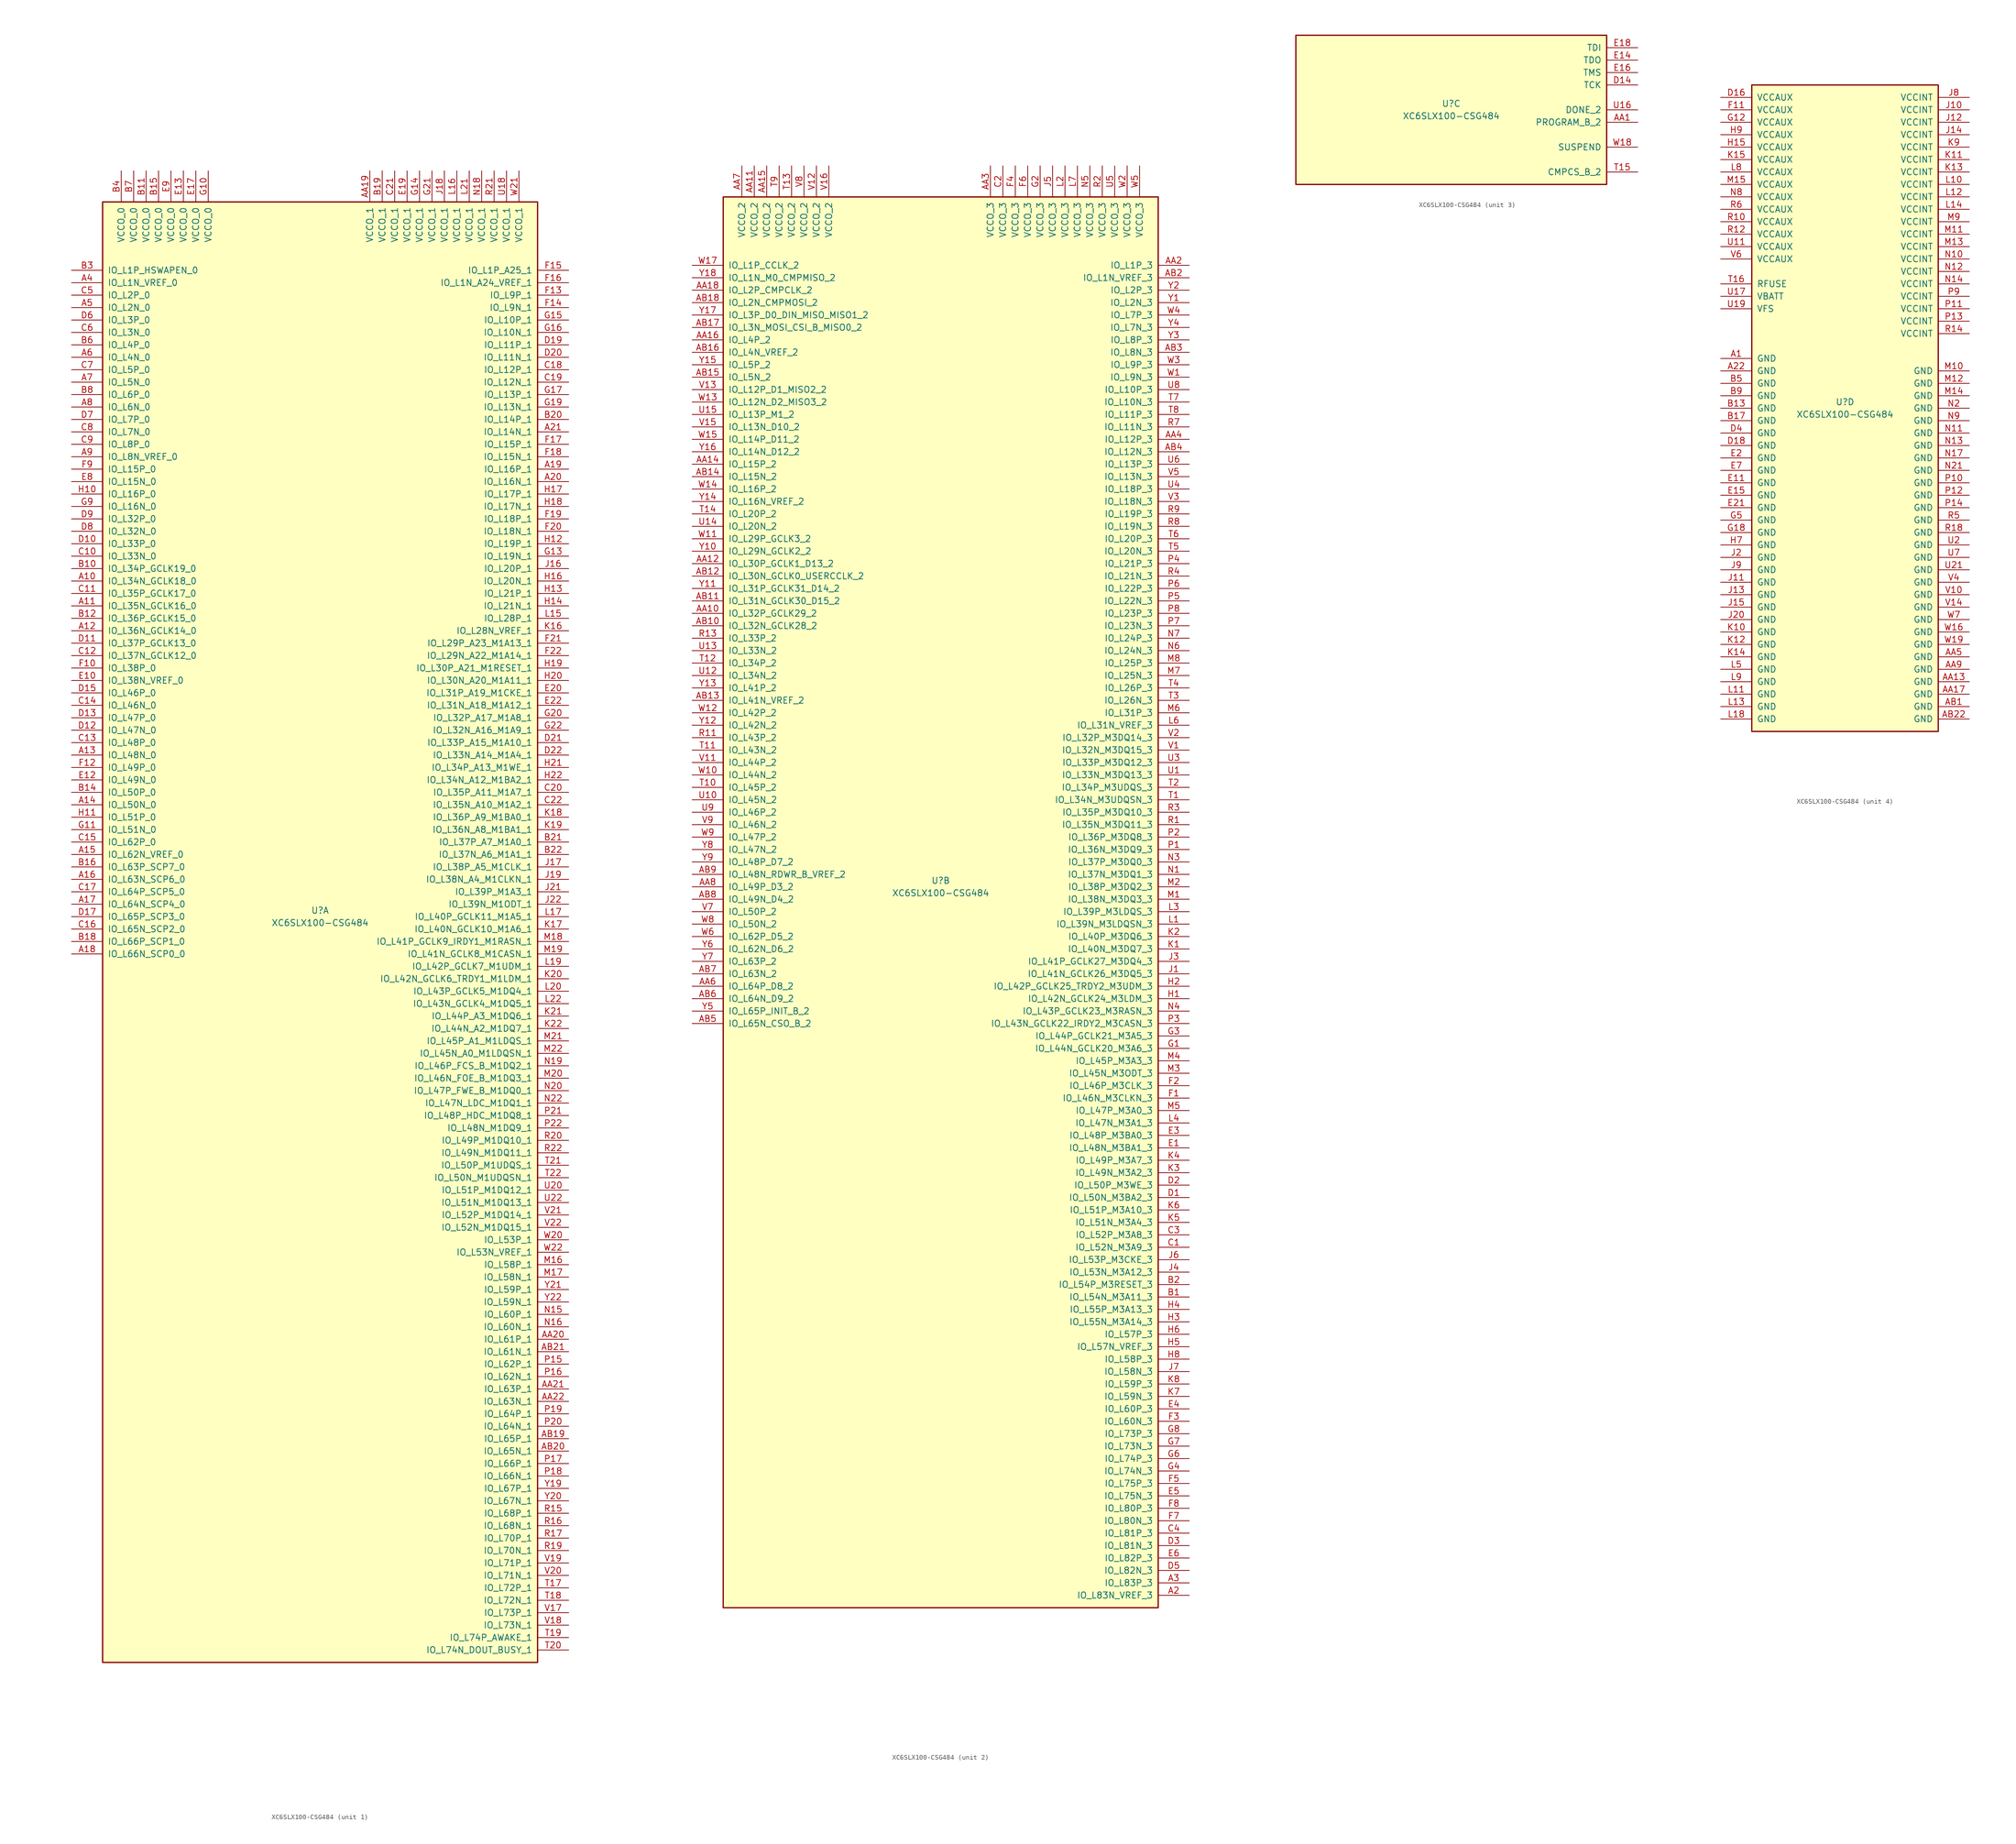
<source format=kicad_sym>
(kicad_symbol_lib
  (version 20201005)
  (generator kicad_symbol_editor)
  (symbol "XC6SLX100-CSG484"
    (pin_names
      (offset 1.016))
    (property "Reference" "U"
      (at 0 1.27 0)
      (effects (font (size 1.27 1.27))))
    (property "Value" "XC6SLX100-CSG484"
      (at 0 -1.27 0)
      (effects (font (size 1.27 1.27))))
    (property "Datasheet" ""
      (at 0 0 0)
      (effects (font (size 1.27 1.27))))
    (property "ki_locked" ""
      (at 0 0 0)
      (effects (font (size 1.27 1.27))))
    (symbol "XC6SLX100-CSG484_1_1"
      (rectangle (start -44.45 146.05) (end 44.45 -152.4) (stroke (width 0.254)) (fill (type background)))
      (pin power_in line (at -40.64 152.4 270) (length 6.35) (name "VCCO_0" (effects (font (size 1.27 1.27)))) (number "B4" (effects (font (size 1.27 1.27)))))
      (pin power_in line (at -38.1 152.4 270) (length 6.35) (name "VCCO_0" (effects (font (size 1.27 1.27)))) (number "B7" (effects (font (size 1.27 1.27)))))
      (pin power_in line (at -35.56 152.4 270) (length 6.35) (name "VCCO_0" (effects (font (size 1.27 1.27)))) (number "B11" (effects (font (size 1.27 1.27)))))
      (pin power_in line (at -33.02 152.4 270) (length 6.35) (name "VCCO_0" (effects (font (size 1.27 1.27)))) (number "B15" (effects (font (size 1.27 1.27)))))
      (pin power_in line (at -30.48 152.4 270) (length 6.35) (name "VCCO_0" (effects (font (size 1.27 1.27)))) (number "E9" (effects (font (size 1.27 1.27)))))
      (pin power_in line (at -27.94 152.4 270) (length 6.35) (name "VCCO_0" (effects (font (size 1.27 1.27)))) (number "E13" (effects (font (size 1.27 1.27)))))
      (pin power_in line (at -25.4 152.4 270) (length 6.35) (name "VCCO_0" (effects (font (size 1.27 1.27)))) (number "E17" (effects (font (size 1.27 1.27)))))
      (pin power_in line (at -22.86 152.4 270) (length 6.35) (name "VCCO_0" (effects (font (size 1.27 1.27)))) (number "G10" (effects (font (size 1.27 1.27)))))
      (pin bidirectional line (at -50.8 132.08 0) (length 6.35) (name "IO_L1P_HSWAPEN_0" (effects (font (size 1.27 1.27)))) (number "B3" (effects (font (size 1.27 1.27)))))
      (pin bidirectional line (at -50.8 129.54 0) (length 6.35) (name "IO_L1N_VREF_0" (effects (font (size 1.27 1.27)))) (number "A4" (effects (font (size 1.27 1.27)))))
      (pin bidirectional line (at -50.8 127 0) (length 6.35) (name "IO_L2P_0" (effects (font (size 1.27 1.27)))) (number "C5" (effects (font (size 1.27 1.27)))))
      (pin bidirectional line (at -50.8 124.46 0) (length 6.35) (name "IO_L2N_0" (effects (font (size 1.27 1.27)))) (number "A5" (effects (font (size 1.27 1.27)))))
      (pin bidirectional line (at -50.8 121.92 0) (length 6.35) (name "IO_L3P_0" (effects (font (size 1.27 1.27)))) (number "D6" (effects (font (size 1.27 1.27)))))
      (pin bidirectional line (at -50.8 119.38 0) (length 6.35) (name "IO_L3N_0" (effects (font (size 1.27 1.27)))) (number "C6" (effects (font (size 1.27 1.27)))))
      (pin bidirectional line (at -50.8 116.84 0) (length 6.35) (name "IO_L4P_0" (effects (font (size 1.27 1.27)))) (number "B6" (effects (font (size 1.27 1.27)))))
      (pin bidirectional line (at -50.8 114.3 0) (length 6.35) (name "IO_L4N_0" (effects (font (size 1.27 1.27)))) (number "A6" (effects (font (size 1.27 1.27)))))
      (pin bidirectional line (at -50.8 111.76 0) (length 6.35) (name "IO_L5P_0" (effects (font (size 1.27 1.27)))) (number "C7" (effects (font (size 1.27 1.27)))))
      (pin bidirectional line (at -50.8 109.22 0) (length 6.35) (name "IO_L5N_0" (effects (font (size 1.27 1.27)))) (number "A7" (effects (font (size 1.27 1.27)))))
      (pin bidirectional line (at -50.8 106.68 0) (length 6.35) (name "IO_L6P_0" (effects (font (size 1.27 1.27)))) (number "B8" (effects (font (size 1.27 1.27)))))
      (pin bidirectional line (at -50.8 104.14 0) (length 6.35) (name "IO_L6N_0" (effects (font (size 1.27 1.27)))) (number "A8" (effects (font (size 1.27 1.27)))))
      (pin bidirectional line (at -50.8 101.6 0) (length 6.35) (name "IO_L7P_0" (effects (font (size 1.27 1.27)))) (number "D7" (effects (font (size 1.27 1.27)))))
      (pin bidirectional line (at -50.8 99.06 0) (length 6.35) (name "IO_L7N_0" (effects (font (size 1.27 1.27)))) (number "C8" (effects (font (size 1.27 1.27)))))
      (pin bidirectional line (at -50.8 96.52 0) (length 6.35) (name "IO_L8P_0" (effects (font (size 1.27 1.27)))) (number "C9" (effects (font (size 1.27 1.27)))))
      (pin bidirectional line (at -50.8 93.98 0) (length 6.35) (name "IO_L8N_VREF_0" (effects (font (size 1.27 1.27)))) (number "A9" (effects (font (size 1.27 1.27)))))
      (pin bidirectional line (at -50.8 91.44 0) (length 6.35) (name "IO_L15P_0" (effects (font (size 1.27 1.27)))) (number "F9" (effects (font (size 1.27 1.27)))))
      (pin bidirectional line (at -50.8 88.9 0) (length 6.35) (name "IO_L15N_0" (effects (font (size 1.27 1.27)))) (number "E8" (effects (font (size 1.27 1.27)))))
      (pin bidirectional line (at -50.8 86.36 0) (length 6.35) (name "IO_L16P_0" (effects (font (size 1.27 1.27)))) (number "H10" (effects (font (size 1.27 1.27)))))
      (pin bidirectional line (at -50.8 83.82 0) (length 6.35) (name "IO_L16N_0" (effects (font (size 1.27 1.27)))) (number "G9" (effects (font (size 1.27 1.27)))))
      (pin bidirectional line (at -50.8 81.28 0) (length 6.35) (name "IO_L32P_0" (effects (font (size 1.27 1.27)))) (number "D9" (effects (font (size 1.27 1.27)))))
      (pin bidirectional line (at -50.8 78.74 0) (length 6.35) (name "IO_L32N_0" (effects (font (size 1.27 1.27)))) (number "D8" (effects (font (size 1.27 1.27)))))
      (pin bidirectional line (at -50.8 76.2 0) (length 6.35) (name "IO_L33P_0" (effects (font (size 1.27 1.27)))) (number "D10" (effects (font (size 1.27 1.27)))))
      (pin bidirectional line (at -50.8 73.66 0) (length 6.35) (name "IO_L33N_0" (effects (font (size 1.27 1.27)))) (number "C10" (effects (font (size 1.27 1.27)))))
      (pin bidirectional line (at -50.8 71.12 0) (length 6.35) (name "IO_L34P_GCLK19_0" (effects (font (size 1.27 1.27)))) (number "B10" (effects (font (size 1.27 1.27)))))
      (pin bidirectional line (at -50.8 68.58 0) (length 6.35) (name "IO_L34N_GCLK18_0" (effects (font (size 1.27 1.27)))) (number "A10" (effects (font (size 1.27 1.27)))))
      (pin bidirectional line (at -50.8 66.04 0) (length 6.35) (name "IO_L35P_GCLK17_0" (effects (font (size 1.27 1.27)))) (number "C11" (effects (font (size 1.27 1.27)))))
      (pin bidirectional line (at -50.8 63.5 0) (length 6.35) (name "IO_L35N_GCLK16_0" (effects (font (size 1.27 1.27)))) (number "A11" (effects (font (size 1.27 1.27)))))
      (pin bidirectional line (at -50.8 60.96 0) (length 6.35) (name "IO_L36P_GCLK15_0" (effects (font (size 1.27 1.27)))) (number "B12" (effects (font (size 1.27 1.27)))))
      (pin bidirectional line (at -50.8 58.42 0) (length 6.35) (name "IO_L36N_GCLK14_0" (effects (font (size 1.27 1.27)))) (number "A12" (effects (font (size 1.27 1.27)))))
      (pin bidirectional line (at -50.8 55.88 0) (length 6.35) (name "IO_L37P_GCLK13_0" (effects (font (size 1.27 1.27)))) (number "D11" (effects (font (size 1.27 1.27)))))
      (pin bidirectional line (at -50.8 53.34 0) (length 6.35) (name "IO_L37N_GCLK12_0" (effects (font (size 1.27 1.27)))) (number "C12" (effects (font (size 1.27 1.27)))))
      (pin bidirectional line (at -50.8 50.8 0) (length 6.35) (name "IO_L38P_0" (effects (font (size 1.27 1.27)))) (number "F10" (effects (font (size 1.27 1.27)))))
      (pin bidirectional line (at -50.8 48.26 0) (length 6.35) (name "IO_L38N_VREF_0" (effects (font (size 1.27 1.27)))) (number "E10" (effects (font (size 1.27 1.27)))))
      (pin bidirectional line (at -50.8 45.72 0) (length 6.35) (name "IO_L46P_0" (effects (font (size 1.27 1.27)))) (number "D15" (effects (font (size 1.27 1.27)))))
      (pin bidirectional line (at -50.8 43.18 0) (length 6.35) (name "IO_L46N_0" (effects (font (size 1.27 1.27)))) (number "C14" (effects (font (size 1.27 1.27)))))
      (pin bidirectional line (at -50.8 40.64 0) (length 6.35) (name "IO_L47P_0" (effects (font (size 1.27 1.27)))) (number "D13" (effects (font (size 1.27 1.27)))))
      (pin bidirectional line (at -50.8 38.1 0) (length 6.35) (name "IO_L47N_0" (effects (font (size 1.27 1.27)))) (number "D12" (effects (font (size 1.27 1.27)))))
      (pin bidirectional line (at -50.8 35.56 0) (length 6.35) (name "IO_L48P_0" (effects (font (size 1.27 1.27)))) (number "C13" (effects (font (size 1.27 1.27)))))
      (pin bidirectional line (at -50.8 33.02 0) (length 6.35) (name "IO_L48N_0" (effects (font (size 1.27 1.27)))) (number "A13" (effects (font (size 1.27 1.27)))))
      (pin bidirectional line (at -50.8 30.48 0) (length 6.35) (name "IO_L49P_0" (effects (font (size 1.27 1.27)))) (number "F12" (effects (font (size 1.27 1.27)))))
      (pin bidirectional line (at -50.8 27.94 0) (length 6.35) (name "IO_L49N_0" (effects (font (size 1.27 1.27)))) (number "E12" (effects (font (size 1.27 1.27)))))
      (pin bidirectional line (at -50.8 25.4 0) (length 6.35) (name "IO_L50P_0" (effects (font (size 1.27 1.27)))) (number "B14" (effects (font (size 1.27 1.27)))))
      (pin bidirectional line (at -50.8 22.86 0) (length 6.35) (name "IO_L50N_0" (effects (font (size 1.27 1.27)))) (number "A14" (effects (font (size 1.27 1.27)))))
      (pin bidirectional line (at -50.8 20.32 0) (length 6.35) (name "IO_L51P_0" (effects (font (size 1.27 1.27)))) (number "H11" (effects (font (size 1.27 1.27)))))
      (pin bidirectional line (at -50.8 17.78 0) (length 6.35) (name "IO_L51N_0" (effects (font (size 1.27 1.27)))) (number "G11" (effects (font (size 1.27 1.27)))))
      (pin bidirectional line (at -50.8 15.24 0) (length 6.35) (name "IO_L62P_0" (effects (font (size 1.27 1.27)))) (number "C15" (effects (font (size 1.27 1.27)))))
      (pin bidirectional line (at -50.8 12.7 0) (length 6.35) (name "IO_L62N_VREF_0" (effects (font (size 1.27 1.27)))) (number "A15" (effects (font (size 1.27 1.27)))))
      (pin bidirectional line (at -50.8 10.16 0) (length 6.35) (name "IO_L63P_SCP7_0" (effects (font (size 1.27 1.27)))) (number "B16" (effects (font (size 1.27 1.27)))))
      (pin bidirectional line (at -50.8 7.62 0) (length 6.35) (name "IO_L63N_SCP6_0" (effects (font (size 1.27 1.27)))) (number "A16" (effects (font (size 1.27 1.27)))))
      (pin bidirectional line (at -50.8 5.08 0) (length 6.35) (name "IO_L64P_SCP5_0" (effects (font (size 1.27 1.27)))) (number "C17" (effects (font (size 1.27 1.27)))))
      (pin bidirectional line (at -50.8 2.54 0) (length 6.35) (name "IO_L64N_SCP4_0" (effects (font (size 1.27 1.27)))) (number "A17" (effects (font (size 1.27 1.27)))))
      (pin bidirectional line (at -50.8 0 0) (length 6.35) (name "IO_L65P_SCP3_0" (effects (font (size 1.27 1.27)))) (number "D17" (effects (font (size 1.27 1.27)))))
      (pin bidirectional line (at -50.8 -2.54 0) (length 6.35) (name "IO_L65N_SCP2_0" (effects (font (size 1.27 1.27)))) (number "C16" (effects (font (size 1.27 1.27)))))
      (pin bidirectional line (at -50.8 -5.08 0) (length 6.35) (name "IO_L66P_SCP1_0" (effects (font (size 1.27 1.27)))) (number "B18" (effects (font (size 1.27 1.27)))))
      (pin bidirectional line (at -50.8 -7.62 0) (length 6.35) (name "IO_L66N_SCP0_0" (effects (font (size 1.27 1.27)))) (number "A18" (effects (font (size 1.27 1.27)))))
      (pin power_in line (at 10.16 152.4 270) (length 6.35) (name "VCCO_1" (effects (font (size 1.27 1.27)))) (number "AA19" (effects (font (size 1.27 1.27)))))
      (pin power_in line (at 12.7 152.4 270) (length 6.35) (name "VCCO_1" (effects (font (size 1.27 1.27)))) (number "B19" (effects (font (size 1.27 1.27)))))
      (pin power_in line (at 15.24 152.4 270) (length 6.35) (name "VCCO_1" (effects (font (size 1.27 1.27)))) (number "C21" (effects (font (size 1.27 1.27)))))
      (pin power_in line (at 17.78 152.4 270) (length 6.35) (name "VCCO_1" (effects (font (size 1.27 1.27)))) (number "E19" (effects (font (size 1.27 1.27)))))
      (pin power_in line (at 20.32 152.4 270) (length 6.35) (name "VCCO_1" (effects (font (size 1.27 1.27)))) (number "G14" (effects (font (size 1.27 1.27)))))
      (pin power_in line (at 22.86 152.4 270) (length 6.35) (name "VCCO_1" (effects (font (size 1.27 1.27)))) (number "G21" (effects (font (size 1.27 1.27)))))
      (pin power_in line (at 25.4 152.4 270) (length 6.35) (name "VCCO_1" (effects (font (size 1.27 1.27)))) (number "J18" (effects (font (size 1.27 1.27)))))
      (pin power_in line (at 27.94 152.4 270) (length 6.35) (name "VCCO_1" (effects (font (size 1.27 1.27)))) (number "L16" (effects (font (size 1.27 1.27)))))
      (pin power_in line (at 30.48 152.4 270) (length 6.35) (name "VCCO_1" (effects (font (size 1.27 1.27)))) (number "L21" (effects (font (size 1.27 1.27)))))
      (pin power_in line (at 33.02 152.4 270) (length 6.35) (name "VCCO_1" (effects (font (size 1.27 1.27)))) (number "N18" (effects (font (size 1.27 1.27)))))
      (pin power_in line (at 35.56 152.4 270) (length 6.35) (name "VCCO_1" (effects (font (size 1.27 1.27)))) (number "R21" (effects (font (size 1.27 1.27)))))
      (pin power_in line (at 38.1 152.4 270) (length 6.35) (name "VCCO_1" (effects (font (size 1.27 1.27)))) (number "U18" (effects (font (size 1.27 1.27)))))
      (pin power_in line (at 40.64 152.4 270) (length 6.35) (name "VCCO_1" (effects (font (size 1.27 1.27)))) (number "W21" (effects (font (size 1.27 1.27)))))
      (pin bidirectional line (at 50.8 132.08 180) (length 6.35) (name "IO_L1P_A25_1" (effects (font (size 1.27 1.27)))) (number "F15" (effects (font (size 1.27 1.27)))))
      (pin bidirectional line (at 50.8 129.54 180) (length 6.35) (name "IO_L1N_A24_VREF_1" (effects (font (size 1.27 1.27)))) (number "F16" (effects (font (size 1.27 1.27)))))
      (pin bidirectional line (at 50.8 127 180) (length 6.35) (name "IO_L9P_1" (effects (font (size 1.27 1.27)))) (number "F13" (effects (font (size 1.27 1.27)))))
      (pin bidirectional line (at 50.8 124.46 180) (length 6.35) (name "IO_L9N_1" (effects (font (size 1.27 1.27)))) (number "F14" (effects (font (size 1.27 1.27)))))
      (pin bidirectional line (at 50.8 121.92 180) (length 6.35) (name "IO_L10P_1" (effects (font (size 1.27 1.27)))) (number "G15" (effects (font (size 1.27 1.27)))))
      (pin bidirectional line (at 50.8 119.38 180) (length 6.35) (name "IO_L10N_1" (effects (font (size 1.27 1.27)))) (number "G16" (effects (font (size 1.27 1.27)))))
      (pin bidirectional line (at 50.8 116.84 180) (length 6.35) (name "IO_L11P_1" (effects (font (size 1.27 1.27)))) (number "D19" (effects (font (size 1.27 1.27)))))
      (pin bidirectional line (at 50.8 114.3 180) (length 6.35) (name "IO_L11N_1" (effects (font (size 1.27 1.27)))) (number "D20" (effects (font (size 1.27 1.27)))))
      (pin bidirectional line (at 50.8 111.76 180) (length 6.35) (name "IO_L12P_1" (effects (font (size 1.27 1.27)))) (number "C18" (effects (font (size 1.27 1.27)))))
      (pin bidirectional line (at 50.8 109.22 180) (length 6.35) (name "IO_L12N_1" (effects (font (size 1.27 1.27)))) (number "C19" (effects (font (size 1.27 1.27)))))
      (pin bidirectional line (at 50.8 106.68 180) (length 6.35) (name "IO_L13P_1" (effects (font (size 1.27 1.27)))) (number "G17" (effects (font (size 1.27 1.27)))))
      (pin bidirectional line (at 50.8 104.14 180) (length 6.35) (name "IO_L13N_1" (effects (font (size 1.27 1.27)))) (number "G19" (effects (font (size 1.27 1.27)))))
      (pin bidirectional line (at 50.8 101.6 180) (length 6.35) (name "IO_L14P_1" (effects (font (size 1.27 1.27)))) (number "B20" (effects (font (size 1.27 1.27)))))
      (pin bidirectional line (at 50.8 99.06 180) (length 6.35) (name "IO_L14N_1" (effects (font (size 1.27 1.27)))) (number "A21" (effects (font (size 1.27 1.27)))))
      (pin bidirectional line (at 50.8 96.52 180) (length 6.35) (name "IO_L15P_1" (effects (font (size 1.27 1.27)))) (number "F17" (effects (font (size 1.27 1.27)))))
      (pin bidirectional line (at 50.8 93.98 180) (length 6.35) (name "IO_L15N_1" (effects (font (size 1.27 1.27)))) (number "F18" (effects (font (size 1.27 1.27)))))
      (pin bidirectional line (at 50.8 91.44 180) (length 6.35) (name "IO_L16P_1" (effects (font (size 1.27 1.27)))) (number "A19" (effects (font (size 1.27 1.27)))))
      (pin bidirectional line (at 50.8 88.9 180) (length 6.35) (name "IO_L16N_1" (effects (font (size 1.27 1.27)))) (number "A20" (effects (font (size 1.27 1.27)))))
      (pin bidirectional line (at 50.8 86.36 180) (length 6.35) (name "IO_L17P_1" (effects (font (size 1.27 1.27)))) (number "H17" (effects (font (size 1.27 1.27)))))
      (pin bidirectional line (at 50.8 83.82 180) (length 6.35) (name "IO_L17N_1" (effects (font (size 1.27 1.27)))) (number "H18" (effects (font (size 1.27 1.27)))))
      (pin bidirectional line (at 50.8 81.28 180) (length 6.35) (name "IO_L18P_1" (effects (font (size 1.27 1.27)))) (number "F19" (effects (font (size 1.27 1.27)))))
      (pin bidirectional line (at 50.8 78.74 180) (length 6.35) (name "IO_L18N_1" (effects (font (size 1.27 1.27)))) (number "F20" (effects (font (size 1.27 1.27)))))
      (pin bidirectional line (at 50.8 76.2 180) (length 6.35) (name "IO_L19P_1" (effects (font (size 1.27 1.27)))) (number "H12" (effects (font (size 1.27 1.27)))))
      (pin bidirectional line (at 50.8 73.66 180) (length 6.35) (name "IO_L19N_1" (effects (font (size 1.27 1.27)))) (number "G13" (effects (font (size 1.27 1.27)))))
      (pin bidirectional line (at 50.8 71.12 180) (length 6.35) (name "IO_L20P_1" (effects (font (size 1.27 1.27)))) (number "J16" (effects (font (size 1.27 1.27)))))
      (pin bidirectional line (at 50.8 68.58 180) (length 6.35) (name "IO_L20N_1" (effects (font (size 1.27 1.27)))) (number "H16" (effects (font (size 1.27 1.27)))))
      (pin bidirectional line (at 50.8 66.04 180) (length 6.35) (name "IO_L21P_1" (effects (font (size 1.27 1.27)))) (number "H13" (effects (font (size 1.27 1.27)))))
      (pin bidirectional line (at 50.8 63.5 180) (length 6.35) (name "IO_L21N_1" (effects (font (size 1.27 1.27)))) (number "H14" (effects (font (size 1.27 1.27)))))
      (pin bidirectional line (at 50.8 60.96 180) (length 6.35) (name "IO_L28P_1" (effects (font (size 1.27 1.27)))) (number "L15" (effects (font (size 1.27 1.27)))))
      (pin bidirectional line (at 50.8 58.42 180) (length 6.35) (name "IO_L28N_VREF_1" (effects (font (size 1.27 1.27)))) (number "K16" (effects (font (size 1.27 1.27)))))
      (pin bidirectional line (at 50.8 55.88 180) (length 6.35) (name "IO_L29P_A23_M1A13_1" (effects (font (size 1.27 1.27)))) (number "F21" (effects (font (size 1.27 1.27)))))
      (pin bidirectional line (at 50.8 53.34 180) (length 6.35) (name "IO_L29N_A22_M1A14_1" (effects (font (size 1.27 1.27)))) (number "F22" (effects (font (size 1.27 1.27)))))
      (pin bidirectional line (at 50.8 50.8 180) (length 6.35) (name "IO_L30P_A21_M1RESET_1" (effects (font (size 1.27 1.27)))) (number "H19" (effects (font (size 1.27 1.27)))))
      (pin bidirectional line (at 50.8 48.26 180) (length 6.35) (name "IO_L30N_A20_M1A11_1" (effects (font (size 1.27 1.27)))) (number "H20" (effects (font (size 1.27 1.27)))))
      (pin bidirectional line (at 50.8 45.72 180) (length 6.35) (name "IO_L31P_A19_M1CKE_1" (effects (font (size 1.27 1.27)))) (number "E20" (effects (font (size 1.27 1.27)))))
      (pin bidirectional line (at 50.8 43.18 180) (length 6.35) (name "IO_L31N_A18_M1A12_1" (effects (font (size 1.27 1.27)))) (number "E22" (effects (font (size 1.27 1.27)))))
      (pin bidirectional line (at 50.8 40.64 180) (length 6.35) (name "IO_L32P_A17_M1A8_1" (effects (font (size 1.27 1.27)))) (number "G20" (effects (font (size 1.27 1.27)))))
      (pin bidirectional line (at 50.8 38.1 180) (length 6.35) (name "IO_L32N_A16_M1A9_1" (effects (font (size 1.27 1.27)))) (number "G22" (effects (font (size 1.27 1.27)))))
      (pin bidirectional line (at 50.8 35.56 180) (length 6.35) (name "IO_L33P_A15_M1A10_1" (effects (font (size 1.27 1.27)))) (number "D21" (effects (font (size 1.27 1.27)))))
      (pin bidirectional line (at 50.8 33.02 180) (length 6.35) (name "IO_L33N_A14_M1A4_1" (effects (font (size 1.27 1.27)))) (number "D22" (effects (font (size 1.27 1.27)))))
      (pin bidirectional line (at 50.8 30.48 180) (length 6.35) (name "IO_L34P_A13_M1WE_1" (effects (font (size 1.27 1.27)))) (number "H21" (effects (font (size 1.27 1.27)))))
      (pin bidirectional line (at 50.8 27.94 180) (length 6.35) (name "IO_L34N_A12_M1BA2_1" (effects (font (size 1.27 1.27)))) (number "H22" (effects (font (size 1.27 1.27)))))
      (pin bidirectional line (at 50.8 25.4 180) (length 6.35) (name "IO_L35P_A11_M1A7_1" (effects (font (size 1.27 1.27)))) (number "C20" (effects (font (size 1.27 1.27)))))
      (pin bidirectional line (at 50.8 22.86 180) (length 6.35) (name "IO_L35N_A10_M1A2_1" (effects (font (size 1.27 1.27)))) (number "C22" (effects (font (size 1.27 1.27)))))
      (pin bidirectional line (at 50.8 20.32 180) (length 6.35) (name "IO_L36P_A9_M1BA0_1" (effects (font (size 1.27 1.27)))) (number "K18" (effects (font (size 1.27 1.27)))))
      (pin bidirectional line (at 50.8 17.78 180) (length 6.35) (name "IO_L36N_A8_M1BA1_1" (effects (font (size 1.27 1.27)))) (number "K19" (effects (font (size 1.27 1.27)))))
      (pin bidirectional line (at 50.8 15.24 180) (length 6.35) (name "IO_L37P_A7_M1A0_1" (effects (font (size 1.27 1.27)))) (number "B21" (effects (font (size 1.27 1.27)))))
      (pin bidirectional line (at 50.8 12.7 180) (length 6.35) (name "IO_L37N_A6_M1A1_1" (effects (font (size 1.27 1.27)))) (number "B22" (effects (font (size 1.27 1.27)))))
      (pin bidirectional line (at 50.8 10.16 180) (length 6.35) (name "IO_L38P_A5_M1CLK_1" (effects (font (size 1.27 1.27)))) (number "J17" (effects (font (size 1.27 1.27)))))
      (pin bidirectional line (at 50.8 7.62 180) (length 6.35) (name "IO_L38N_A4_M1CLKN_1" (effects (font (size 1.27 1.27)))) (number "J19" (effects (font (size 1.27 1.27)))))
      (pin bidirectional line (at 50.8 5.08 180) (length 6.35) (name "IO_L39P_M1A3_1" (effects (font (size 1.27 1.27)))) (number "J21" (effects (font (size 1.27 1.27)))))
      (pin bidirectional line (at 50.8 2.54 180) (length 6.35) (name "IO_L39N_M1ODT_1" (effects (font (size 1.27 1.27)))) (number "J22" (effects (font (size 1.27 1.27)))))
      (pin bidirectional line (at 50.8 0 180) (length 6.35) (name "IO_L40P_GCLK11_M1A5_1" (effects (font (size 1.27 1.27)))) (number "L17" (effects (font (size 1.27 1.27)))))
      (pin bidirectional line (at 50.8 -2.54 180) (length 6.35) (name "IO_L40N_GCLK10_M1A6_1" (effects (font (size 1.27 1.27)))) (number "K17" (effects (font (size 1.27 1.27)))))
      (pin bidirectional line (at 50.8 -5.08 180) (length 6.35) (name "IO_L41P_GCLK9_IRDY1_M1RASN_1" (effects (font (size 1.27 1.27)))) (number "M18" (effects (font (size 1.27 1.27)))))
      (pin bidirectional line (at 50.8 -7.62 180) (length 6.35) (name "IO_L41N_GCLK8_M1CASN_1" (effects (font (size 1.27 1.27)))) (number "M19" (effects (font (size 1.27 1.27)))))
      (pin bidirectional line (at 50.8 -10.16 180) (length 6.35) (name "IO_L42P_GCLK7_M1UDM_1" (effects (font (size 1.27 1.27)))) (number "L19" (effects (font (size 1.27 1.27)))))
      (pin bidirectional line (at 50.8 -12.7 180) (length 6.35) (name "IO_L42N_GCLK6_TRDY1_M1LDM_1" (effects (font (size 1.27 1.27)))) (number "K20" (effects (font (size 1.27 1.27)))))
      (pin bidirectional line (at 50.8 -15.24 180) (length 6.35) (name "IO_L43P_GCLK5_M1DQ4_1" (effects (font (size 1.27 1.27)))) (number "L20" (effects (font (size 1.27 1.27)))))
      (pin bidirectional line (at 50.8 -17.78 180) (length 6.35) (name "IO_L43N_GCLK4_M1DQ5_1" (effects (font (size 1.27 1.27)))) (number "L22" (effects (font (size 1.27 1.27)))))
      (pin bidirectional line (at 50.8 -20.32 180) (length 6.35) (name "IO_L44P_A3_M1DQ6_1" (effects (font (size 1.27 1.27)))) (number "K21" (effects (font (size 1.27 1.27)))))
      (pin bidirectional line (at 50.8 -22.86 180) (length 6.35) (name "IO_L44N_A2_M1DQ7_1" (effects (font (size 1.27 1.27)))) (number "K22" (effects (font (size 1.27 1.27)))))
      (pin bidirectional line (at 50.8 -25.4 180) (length 6.35) (name "IO_L45P_A1_M1LDQS_1" (effects (font (size 1.27 1.27)))) (number "M21" (effects (font (size 1.27 1.27)))))
      (pin bidirectional line (at 50.8 -27.94 180) (length 6.35) (name "IO_L45N_A0_M1LDQSN_1" (effects (font (size 1.27 1.27)))) (number "M22" (effects (font (size 1.27 1.27)))))
      (pin bidirectional line (at 50.8 -30.48 180) (length 6.35) (name "IO_L46P_FCS_B_M1DQ2_1" (effects (font (size 1.27 1.27)))) (number "N19" (effects (font (size 1.27 1.27)))))
      (pin bidirectional line (at 50.8 -33.02 180) (length 6.35) (name "IO_L46N_FOE_B_M1DQ3_1" (effects (font (size 1.27 1.27)))) (number "M20" (effects (font (size 1.27 1.27)))))
      (pin bidirectional line (at 50.8 -35.56 180) (length 6.35) (name "IO_L47P_FWE_B_M1DQ0_1" (effects (font (size 1.27 1.27)))) (number "N20" (effects (font (size 1.27 1.27)))))
      (pin bidirectional line (at 50.8 -38.1 180) (length 6.35) (name "IO_L47N_LDC_M1DQ1_1" (effects (font (size 1.27 1.27)))) (number "N22" (effects (font (size 1.27 1.27)))))
      (pin bidirectional line (at 50.8 -40.64 180) (length 6.35) (name "IO_L48P_HDC_M1DQ8_1" (effects (font (size 1.27 1.27)))) (number "P21" (effects (font (size 1.27 1.27)))))
      (pin bidirectional line (at 50.8 -43.18 180) (length 6.35) (name "IO_L48N_M1DQ9_1" (effects (font (size 1.27 1.27)))) (number "P22" (effects (font (size 1.27 1.27)))))
      (pin bidirectional line (at 50.8 -45.72 180) (length 6.35) (name "IO_L49P_M1DQ10_1" (effects (font (size 1.27 1.27)))) (number "R20" (effects (font (size 1.27 1.27)))))
      (pin bidirectional line (at 50.8 -48.26 180) (length 6.35) (name "IO_L49N_M1DQ11_1" (effects (font (size 1.27 1.27)))) (number "R22" (effects (font (size 1.27 1.27)))))
      (pin bidirectional line (at 50.8 -50.8 180) (length 6.35) (name "IO_L50P_M1UDQS_1" (effects (font (size 1.27 1.27)))) (number "T21" (effects (font (size 1.27 1.27)))))
      (pin bidirectional line (at 50.8 -53.34 180) (length 6.35) (name "IO_L50N_M1UDQSN_1" (effects (font (size 1.27 1.27)))) (number "T22" (effects (font (size 1.27 1.27)))))
      (pin bidirectional line (at 50.8 -55.88 180) (length 6.35) (name "IO_L51P_M1DQ12_1" (effects (font (size 1.27 1.27)))) (number "U20" (effects (font (size 1.27 1.27)))))
      (pin bidirectional line (at 50.8 -58.42 180) (length 6.35) (name "IO_L51N_M1DQ13_1" (effects (font (size 1.27 1.27)))) (number "U22" (effects (font (size 1.27 1.27)))))
      (pin bidirectional line (at 50.8 -60.96 180) (length 6.35) (name "IO_L52P_M1DQ14_1" (effects (font (size 1.27 1.27)))) (number "V21" (effects (font (size 1.27 1.27)))))
      (pin bidirectional line (at 50.8 -63.5 180) (length 6.35) (name "IO_L52N_M1DQ15_1" (effects (font (size 1.27 1.27)))) (number "V22" (effects (font (size 1.27 1.27)))))
      (pin bidirectional line (at 50.8 -66.04 180) (length 6.35) (name "IO_L53P_1" (effects (font (size 1.27 1.27)))) (number "W20" (effects (font (size 1.27 1.27)))))
      (pin bidirectional line (at 50.8 -68.58 180) (length 6.35) (name "IO_L53N_VREF_1" (effects (font (size 1.27 1.27)))) (number "W22" (effects (font (size 1.27 1.27)))))
      (pin bidirectional line (at 50.8 -71.12 180) (length 6.35) (name "IO_L58P_1" (effects (font (size 1.27 1.27)))) (number "M16" (effects (font (size 1.27 1.27)))))
      (pin bidirectional line (at 50.8 -73.66 180) (length 6.35) (name "IO_L58N_1" (effects (font (size 1.27 1.27)))) (number "M17" (effects (font (size 1.27 1.27)))))
      (pin bidirectional line (at 50.8 -76.2 180) (length 6.35) (name "IO_L59P_1" (effects (font (size 1.27 1.27)))) (number "Y21" (effects (font (size 1.27 1.27)))))
      (pin bidirectional line (at 50.8 -78.74 180) (length 6.35) (name "IO_L59N_1" (effects (font (size 1.27 1.27)))) (number "Y22" (effects (font (size 1.27 1.27)))))
      (pin bidirectional line (at 50.8 -81.28 180) (length 6.35) (name "IO_L60P_1" (effects (font (size 1.27 1.27)))) (number "N15" (effects (font (size 1.27 1.27)))))
      (pin bidirectional line (at 50.8 -83.82 180) (length 6.35) (name "IO_L60N_1" (effects (font (size 1.27 1.27)))) (number "N16" (effects (font (size 1.27 1.27)))))
      (pin bidirectional line (at 50.8 -86.36 180) (length 6.35) (name "IO_L61P_1" (effects (font (size 1.27 1.27)))) (number "AA20" (effects (font (size 1.27 1.27)))))
      (pin bidirectional line (at 50.8 -88.9 180) (length 6.35) (name "IO_L61N_1" (effects (font (size 1.27 1.27)))) (number "AB21" (effects (font (size 1.27 1.27)))))
      (pin bidirectional line (at 50.8 -91.44 180) (length 6.35) (name "IO_L62P_1" (effects (font (size 1.27 1.27)))) (number "P15" (effects (font (size 1.27 1.27)))))
      (pin bidirectional line (at 50.8 -93.98 180) (length 6.35) (name "IO_L62N_1" (effects (font (size 1.27 1.27)))) (number "P16" (effects (font (size 1.27 1.27)))))
      (pin bidirectional line (at 50.8 -96.52 180) (length 6.35) (name "IO_L63P_1" (effects (font (size 1.27 1.27)))) (number "AA21" (effects (font (size 1.27 1.27)))))
      (pin bidirectional line (at 50.8 -99.06 180) (length 6.35) (name "IO_L63N_1" (effects (font (size 1.27 1.27)))) (number "AA22" (effects (font (size 1.27 1.27)))))
      (pin bidirectional line (at 50.8 -101.6 180) (length 6.35) (name "IO_L64P_1" (effects (font (size 1.27 1.27)))) (number "P19" (effects (font (size 1.27 1.27)))))
      (pin bidirectional line (at 50.8 -104.14 180) (length 6.35) (name "IO_L64N_1" (effects (font (size 1.27 1.27)))) (number "P20" (effects (font (size 1.27 1.27)))))
      (pin bidirectional line (at 50.8 -106.68 180) (length 6.35) (name "IO_L65P_1" (effects (font (size 1.27 1.27)))) (number "AB19" (effects (font (size 1.27 1.27)))))
      (pin bidirectional line (at 50.8 -109.22 180) (length 6.35) (name "IO_L65N_1" (effects (font (size 1.27 1.27)))) (number "AB20" (effects (font (size 1.27 1.27)))))
      (pin bidirectional line (at 50.8 -111.76 180) (length 6.35) (name "IO_L66P_1" (effects (font (size 1.27 1.27)))) (number "P17" (effects (font (size 1.27 1.27)))))
      (pin bidirectional line (at 50.8 -114.3 180) (length 6.35) (name "IO_L66N_1" (effects (font (size 1.27 1.27)))) (number "P18" (effects (font (size 1.27 1.27)))))
      (pin bidirectional line (at 50.8 -116.84 180) (length 6.35) (name "IO_L67P_1" (effects (font (size 1.27 1.27)))) (number "Y19" (effects (font (size 1.27 1.27)))))
      (pin bidirectional line (at 50.8 -119.38 180) (length 6.35) (name "IO_L67N_1" (effects (font (size 1.27 1.27)))) (number "Y20" (effects (font (size 1.27 1.27)))))
      (pin bidirectional line (at 50.8 -121.92 180) (length 6.35) (name "IO_L68P_1" (effects (font (size 1.27 1.27)))) (number "R15" (effects (font (size 1.27 1.27)))))
      (pin bidirectional line (at 50.8 -124.46 180) (length 6.35) (name "IO_L68N_1" (effects (font (size 1.27 1.27)))) (number "R16" (effects (font (size 1.27 1.27)))))
      (pin bidirectional line (at 50.8 -127 180) (length 6.35) (name "IO_L70P_1" (effects (font (size 1.27 1.27)))) (number "R17" (effects (font (size 1.27 1.27)))))
      (pin bidirectional line (at 50.8 -129.54 180) (length 6.35) (name "IO_L70N_1" (effects (font (size 1.27 1.27)))) (number "R19" (effects (font (size 1.27 1.27)))))
      (pin bidirectional line (at 50.8 -132.08 180) (length 6.35) (name "IO_L71P_1" (effects (font (size 1.27 1.27)))) (number "V19" (effects (font (size 1.27 1.27)))))
      (pin bidirectional line (at 50.8 -134.62 180) (length 6.35) (name "IO_L71N_1" (effects (font (size 1.27 1.27)))) (number "V20" (effects (font (size 1.27 1.27)))))
      (pin bidirectional line (at 50.8 -137.16 180) (length 6.35) (name "IO_L72P_1" (effects (font (size 1.27 1.27)))) (number "T17" (effects (font (size 1.27 1.27)))))
      (pin bidirectional line (at 50.8 -139.7 180) (length 6.35) (name "IO_L72N_1" (effects (font (size 1.27 1.27)))) (number "T18" (effects (font (size 1.27 1.27)))))
      (pin bidirectional line (at 50.8 -142.24 180) (length 6.35) (name "IO_L73P_1" (effects (font (size 1.27 1.27)))) (number "V17" (effects (font (size 1.27 1.27)))))
      (pin bidirectional line (at 50.8 -144.78 180) (length 6.35) (name "IO_L73N_1" (effects (font (size 1.27 1.27)))) (number "V18" (effects (font (size 1.27 1.27)))))
      (pin bidirectional line (at 50.8 -147.32 180) (length 6.35) (name "IO_L74P_AWAKE_1" (effects (font (size 1.27 1.27)))) (number "T19" (effects (font (size 1.27 1.27)))))
      (pin bidirectional line (at 50.8 -149.86 180) (length 6.35) (name "IO_L74N_DOUT_BUSY_1" (effects (font (size 1.27 1.27)))) (number "T20" (effects (font (size 1.27 1.27))))))
    (symbol "XC6SLX100-CSG484_2_1"
      (rectangle (start -44.45 140.97) (end 44.45 -147.32) (stroke (width 0.254)) (fill (type background)))
      (pin power_in line (at -40.64 147.32 270) (length 6.35) (name "VCCO_2" (effects (font (size 1.27 1.27)))) (number "AA7" (effects (font (size 1.27 1.27)))))
      (pin power_in line (at -38.1 147.32 270) (length 6.35) (name "VCCO_2" (effects (font (size 1.27 1.27)))) (number "AA11" (effects (font (size 1.27 1.27)))))
      (pin power_in line (at -35.56 147.32 270) (length 6.35) (name "VCCO_2" (effects (font (size 1.27 1.27)))) (number "AA15" (effects (font (size 1.27 1.27)))))
      (pin power_in line (at -33.02 147.32 270) (length 6.35) (name "VCCO_2" (effects (font (size 1.27 1.27)))) (number "T9" (effects (font (size 1.27 1.27)))))
      (pin power_in line (at -30.48 147.32 270) (length 6.35) (name "VCCO_2" (effects (font (size 1.27 1.27)))) (number "T13" (effects (font (size 1.27 1.27)))))
      (pin power_in line (at -27.94 147.32 270) (length 6.35) (name "VCCO_2" (effects (font (size 1.27 1.27)))) (number "V8" (effects (font (size 1.27 1.27)))))
      (pin power_in line (at -25.4 147.32 270) (length 6.35) (name "VCCO_2" (effects (font (size 1.27 1.27)))) (number "V12" (effects (font (size 1.27 1.27)))))
      (pin power_in line (at -22.86 147.32 270) (length 6.35) (name "VCCO_2" (effects (font (size 1.27 1.27)))) (number "V16" (effects (font (size 1.27 1.27)))))
      (pin bidirectional line (at -50.8 127 0) (length 6.35) (name "IO_L1P_CCLK_2" (effects (font (size 1.27 1.27)))) (number "W17" (effects (font (size 1.27 1.27)))))
      (pin bidirectional line (at -50.8 124.46 0) (length 6.35) (name "IO_L1N_M0_CMPMISO_2" (effects (font (size 1.27 1.27)))) (number "Y18" (effects (font (size 1.27 1.27)))))
      (pin bidirectional line (at -50.8 121.92 0) (length 6.35) (name "IO_L2P_CMPCLK_2" (effects (font (size 1.27 1.27)))) (number "AA18" (effects (font (size 1.27 1.27)))))
      (pin bidirectional line (at -50.8 119.38 0) (length 6.35) (name "IO_L2N_CMPMOSI_2" (effects (font (size 1.27 1.27)))) (number "AB18" (effects (font (size 1.27 1.27)))))
      (pin bidirectional line (at -50.8 116.84 0) (length 6.35) (name "IO_L3P_D0_DIN_MISO_MISO1_2" (effects (font (size 1.27 1.27)))) (number "Y17" (effects (font (size 1.27 1.27)))))
      (pin bidirectional line (at -50.8 114.3 0) (length 6.35) (name "IO_L3N_MOSI_CSI_B_MISO0_2" (effects (font (size 1.27 1.27)))) (number "AB17" (effects (font (size 1.27 1.27)))))
      (pin bidirectional line (at -50.8 111.76 0) (length 6.35) (name "IO_L4P_2" (effects (font (size 1.27 1.27)))) (number "AA16" (effects (font (size 1.27 1.27)))))
      (pin bidirectional line (at -50.8 109.22 0) (length 6.35) (name "IO_L4N_VREF_2" (effects (font (size 1.27 1.27)))) (number "AB16" (effects (font (size 1.27 1.27)))))
      (pin bidirectional line (at -50.8 106.68 0) (length 6.35) (name "IO_L5P_2" (effects (font (size 1.27 1.27)))) (number "Y15" (effects (font (size 1.27 1.27)))))
      (pin bidirectional line (at -50.8 104.14 0) (length 6.35) (name "IO_L5N_2" (effects (font (size 1.27 1.27)))) (number "AB15" (effects (font (size 1.27 1.27)))))
      (pin bidirectional line (at -50.8 101.6 0) (length 6.35) (name "IO_L12P_D1_MISO2_2" (effects (font (size 1.27 1.27)))) (number "V13" (effects (font (size 1.27 1.27)))))
      (pin bidirectional line (at -50.8 99.06 0) (length 6.35) (name "IO_L12N_D2_MISO3_2" (effects (font (size 1.27 1.27)))) (number "W13" (effects (font (size 1.27 1.27)))))
      (pin bidirectional line (at -50.8 96.52 0) (length 6.35) (name "IO_L13P_M1_2" (effects (font (size 1.27 1.27)))) (number "U15" (effects (font (size 1.27 1.27)))))
      (pin bidirectional line (at -50.8 93.98 0) (length 6.35) (name "IO_L13N_D10_2" (effects (font (size 1.27 1.27)))) (number "V15" (effects (font (size 1.27 1.27)))))
      (pin bidirectional line (at -50.8 91.44 0) (length 6.35) (name "IO_L14P_D11_2" (effects (font (size 1.27 1.27)))) (number "W15" (effects (font (size 1.27 1.27)))))
      (pin bidirectional line (at -50.8 88.9 0) (length 6.35) (name "IO_L14N_D12_2" (effects (font (size 1.27 1.27)))) (number "Y16" (effects (font (size 1.27 1.27)))))
      (pin bidirectional line (at -50.8 86.36 0) (length 6.35) (name "IO_L15P_2" (effects (font (size 1.27 1.27)))) (number "AA14" (effects (font (size 1.27 1.27)))))
      (pin bidirectional line (at -50.8 83.82 0) (length 6.35) (name "IO_L15N_2" (effects (font (size 1.27 1.27)))) (number "AB14" (effects (font (size 1.27 1.27)))))
      (pin bidirectional line (at -50.8 81.28 0) (length 6.35) (name "IO_L16P_2" (effects (font (size 1.27 1.27)))) (number "W14" (effects (font (size 1.27 1.27)))))
      (pin bidirectional line (at -50.8 78.74 0) (length 6.35) (name "IO_L16N_VREF_2" (effects (font (size 1.27 1.27)))) (number "Y14" (effects (font (size 1.27 1.27)))))
      (pin bidirectional line (at -50.8 76.2 0) (length 6.35) (name "IO_L20P_2" (effects (font (size 1.27 1.27)))) (number "T14" (effects (font (size 1.27 1.27)))))
      (pin bidirectional line (at -50.8 73.66 0) (length 6.35) (name "IO_L20N_2" (effects (font (size 1.27 1.27)))) (number "U14" (effects (font (size 1.27 1.27)))))
      (pin bidirectional line (at -50.8 71.12 0) (length 6.35) (name "IO_L29P_GCLK3_2" (effects (font (size 1.27 1.27)))) (number "W11" (effects (font (size 1.27 1.27)))))
      (pin bidirectional line (at -50.8 68.58 0) (length 6.35) (name "IO_L29N_GCLK2_2" (effects (font (size 1.27 1.27)))) (number "Y10" (effects (font (size 1.27 1.27)))))
      (pin bidirectional line (at -50.8 66.04 0) (length 6.35) (name "IO_L30P_GCLK1_D13_2" (effects (font (size 1.27 1.27)))) (number "AA12" (effects (font (size 1.27 1.27)))))
      (pin bidirectional line (at -50.8 63.5 0) (length 6.35) (name "IO_L30N_GCLK0_USERCCLK_2" (effects (font (size 1.27 1.27)))) (number "AB12" (effects (font (size 1.27 1.27)))))
      (pin bidirectional line (at -50.8 60.96 0) (length 6.35) (name "IO_L31P_GCLK31_D14_2" (effects (font (size 1.27 1.27)))) (number "Y11" (effects (font (size 1.27 1.27)))))
      (pin bidirectional line (at -50.8 58.42 0) (length 6.35) (name "IO_L31N_GCLK30_D15_2" (effects (font (size 1.27 1.27)))) (number "AB11" (effects (font (size 1.27 1.27)))))
      (pin bidirectional line (at -50.8 55.88 0) (length 6.35) (name "IO_L32P_GCLK29_2" (effects (font (size 1.27 1.27)))) (number "AA10" (effects (font (size 1.27 1.27)))))
      (pin bidirectional line (at -50.8 53.34 0) (length 6.35) (name "IO_L32N_GCLK28_2" (effects (font (size 1.27 1.27)))) (number "AB10" (effects (font (size 1.27 1.27)))))
      (pin bidirectional line (at -50.8 50.8 0) (length 6.35) (name "IO_L33P_2" (effects (font (size 1.27 1.27)))) (number "R13" (effects (font (size 1.27 1.27)))))
      (pin bidirectional line (at -50.8 48.26 0) (length 6.35) (name "IO_L33N_2" (effects (font (size 1.27 1.27)))) (number "U13" (effects (font (size 1.27 1.27)))))
      (pin bidirectional line (at -50.8 45.72 0) (length 6.35) (name "IO_L34P_2" (effects (font (size 1.27 1.27)))) (number "T12" (effects (font (size 1.27 1.27)))))
      (pin bidirectional line (at -50.8 43.18 0) (length 6.35) (name "IO_L34N_2" (effects (font (size 1.27 1.27)))) (number "U12" (effects (font (size 1.27 1.27)))))
      (pin bidirectional line (at -50.8 40.64 0) (length 6.35) (name "IO_L41P_2" (effects (font (size 1.27 1.27)))) (number "Y13" (effects (font (size 1.27 1.27)))))
      (pin bidirectional line (at -50.8 38.1 0) (length 6.35) (name "IO_L41N_VREF_2" (effects (font (size 1.27 1.27)))) (number "AB13" (effects (font (size 1.27 1.27)))))
      (pin bidirectional line (at -50.8 35.56 0) (length 6.35) (name "IO_L42P_2" (effects (font (size 1.27 1.27)))) (number "W12" (effects (font (size 1.27 1.27)))))
      (pin bidirectional line (at -50.8 33.02 0) (length 6.35) (name "IO_L42N_2" (effects (font (size 1.27 1.27)))) (number "Y12" (effects (font (size 1.27 1.27)))))
      (pin bidirectional line (at -50.8 30.48 0) (length 6.35) (name "IO_L43P_2" (effects (font (size 1.27 1.27)))) (number "R11" (effects (font (size 1.27 1.27)))))
      (pin bidirectional line (at -50.8 27.94 0) (length 6.35) (name "IO_L43N_2" (effects (font (size 1.27 1.27)))) (number "T11" (effects (font (size 1.27 1.27)))))
      (pin bidirectional line (at -50.8 25.4 0) (length 6.35) (name "IO_L44P_2" (effects (font (size 1.27 1.27)))) (number "V11" (effects (font (size 1.27 1.27)))))
      (pin bidirectional line (at -50.8 22.86 0) (length 6.35) (name "IO_L44N_2" (effects (font (size 1.27 1.27)))) (number "W10" (effects (font (size 1.27 1.27)))))
      (pin bidirectional line (at -50.8 20.32 0) (length 6.35) (name "IO_L45P_2" (effects (font (size 1.27 1.27)))) (number "T10" (effects (font (size 1.27 1.27)))))
      (pin bidirectional line (at -50.8 17.78 0) (length 6.35) (name "IO_L45N_2" (effects (font (size 1.27 1.27)))) (number "U10" (effects (font (size 1.27 1.27)))))
      (pin bidirectional line (at -50.8 15.24 0) (length 6.35) (name "IO_L46P_2" (effects (font (size 1.27 1.27)))) (number "U9" (effects (font (size 1.27 1.27)))))
      (pin bidirectional line (at -50.8 12.7 0) (length 6.35) (name "IO_L46N_2" (effects (font (size 1.27 1.27)))) (number "V9" (effects (font (size 1.27 1.27)))))
      (pin bidirectional line (at -50.8 10.16 0) (length 6.35) (name "IO_L47P_2" (effects (font (size 1.27 1.27)))) (number "W9" (effects (font (size 1.27 1.27)))))
      (pin bidirectional line (at -50.8 7.62 0) (length 6.35) (name "IO_L47N_2" (effects (font (size 1.27 1.27)))) (number "Y8" (effects (font (size 1.27 1.27)))))
      (pin bidirectional line (at -50.8 5.08 0) (length 6.35) (name "IO_L48P_D7_2" (effects (font (size 1.27 1.27)))) (number "Y9" (effects (font (size 1.27 1.27)))))
      (pin bidirectional line (at -50.8 2.54 0) (length 6.35) (name "IO_L48N_RDWR_B_VREF_2" (effects (font (size 1.27 1.27)))) (number "AB9" (effects (font (size 1.27 1.27)))))
      (pin bidirectional line (at -50.8 0 0) (length 6.35) (name "IO_L49P_D3_2" (effects (font (size 1.27 1.27)))) (number "AA8" (effects (font (size 1.27 1.27)))))
      (pin bidirectional line (at -50.8 -2.54 0) (length 6.35) (name "IO_L49N_D4_2" (effects (font (size 1.27 1.27)))) (number "AB8" (effects (font (size 1.27 1.27)))))
      (pin bidirectional line (at -50.8 -5.08 0) (length 6.35) (name "IO_L50P_2" (effects (font (size 1.27 1.27)))) (number "V7" (effects (font (size 1.27 1.27)))))
      (pin bidirectional line (at -50.8 -7.62 0) (length 6.35) (name "IO_L50N_2" (effects (font (size 1.27 1.27)))) (number "W8" (effects (font (size 1.27 1.27)))))
      (pin bidirectional line (at -50.8 -10.16 0) (length 6.35) (name "IO_L62P_D5_2" (effects (font (size 1.27 1.27)))) (number "W6" (effects (font (size 1.27 1.27)))))
      (pin bidirectional line (at -50.8 -12.7 0) (length 6.35) (name "IO_L62N_D6_2" (effects (font (size 1.27 1.27)))) (number "Y6" (effects (font (size 1.27 1.27)))))
      (pin bidirectional line (at -50.8 -15.24 0) (length 6.35) (name "IO_L63P_2" (effects (font (size 1.27 1.27)))) (number "Y7" (effects (font (size 1.27 1.27)))))
      (pin bidirectional line (at -50.8 -17.78 0) (length 6.35) (name "IO_L63N_2" (effects (font (size 1.27 1.27)))) (number "AB7" (effects (font (size 1.27 1.27)))))
      (pin bidirectional line (at -50.8 -20.32 0) (length 6.35) (name "IO_L64P_D8_2" (effects (font (size 1.27 1.27)))) (number "AA6" (effects (font (size 1.27 1.27)))))
      (pin bidirectional line (at -50.8 -22.86 0) (length 6.35) (name "IO_L64N_D9_2" (effects (font (size 1.27 1.27)))) (number "AB6" (effects (font (size 1.27 1.27)))))
      (pin bidirectional line (at -50.8 -25.4 0) (length 6.35) (name "IO_L65P_INIT_B_2" (effects (font (size 1.27 1.27)))) (number "Y5" (effects (font (size 1.27 1.27)))))
      (pin bidirectional line (at -50.8 -27.94 0) (length 6.35) (name "IO_L65N_CSO_B_2" (effects (font (size 1.27 1.27)))) (number "AB5" (effects (font (size 1.27 1.27)))))
      (pin power_in line (at 10.16 147.32 270) (length 6.35) (name "VCCO_3" (effects (font (size 1.27 1.27)))) (number "AA3" (effects (font (size 1.27 1.27)))))
      (pin power_in line (at 12.7 147.32 270) (length 6.35) (name "VCCO_3" (effects (font (size 1.27 1.27)))) (number "C2" (effects (font (size 1.27 1.27)))))
      (pin power_in line (at 15.24 147.32 270) (length 6.35) (name "VCCO_3" (effects (font (size 1.27 1.27)))) (number "F4" (effects (font (size 1.27 1.27)))))
      (pin power_in line (at 17.78 147.32 270) (length 6.35) (name "VCCO_3" (effects (font (size 1.27 1.27)))) (number "F6" (effects (font (size 1.27 1.27)))))
      (pin power_in line (at 20.32 147.32 270) (length 6.35) (name "VCCO_3" (effects (font (size 1.27 1.27)))) (number "G2" (effects (font (size 1.27 1.27)))))
      (pin power_in line (at 22.86 147.32 270) (length 6.35) (name "VCCO_3" (effects (font (size 1.27 1.27)))) (number "J5" (effects (font (size 1.27 1.27)))))
      (pin power_in line (at 25.4 147.32 270) (length 6.35) (name "VCCO_3" (effects (font (size 1.27 1.27)))) (number "L2" (effects (font (size 1.27 1.27)))))
      (pin power_in line (at 27.94 147.32 270) (length 6.35) (name "VCCO_3" (effects (font (size 1.27 1.27)))) (number "L7" (effects (font (size 1.27 1.27)))))
      (pin power_in line (at 30.48 147.32 270) (length 6.35) (name "VCCO_3" (effects (font (size 1.27 1.27)))) (number "N5" (effects (font (size 1.27 1.27)))))
      (pin power_in line (at 33.02 147.32 270) (length 6.35) (name "VCCO_3" (effects (font (size 1.27 1.27)))) (number "R2" (effects (font (size 1.27 1.27)))))
      (pin power_in line (at 35.56 147.32 270) (length 6.35) (name "VCCO_3" (effects (font (size 1.27 1.27)))) (number "U5" (effects (font (size 1.27 1.27)))))
      (pin power_in line (at 38.1 147.32 270) (length 6.35) (name "VCCO_3" (effects (font (size 1.27 1.27)))) (number "W2" (effects (font (size 1.27 1.27)))))
      (pin power_in line (at 40.64 147.32 270) (length 6.35) (name "VCCO_3" (effects (font (size 1.27 1.27)))) (number "W5" (effects (font (size 1.27 1.27)))))
      (pin bidirectional line (at 50.8 127 180) (length 6.35) (name "IO_L1P_3" (effects (font (size 1.27 1.27)))) (number "AA2" (effects (font (size 1.27 1.27)))))
      (pin bidirectional line (at 50.8 124.46 180) (length 6.35) (name "IO_L1N_VREF_3" (effects (font (size 1.27 1.27)))) (number "AB2" (effects (font (size 1.27 1.27)))))
      (pin bidirectional line (at 50.8 121.92 180) (length 6.35) (name "IO_L2P_3" (effects (font (size 1.27 1.27)))) (number "Y2" (effects (font (size 1.27 1.27)))))
      (pin bidirectional line (at 50.8 119.38 180) (length 6.35) (name "IO_L2N_3" (effects (font (size 1.27 1.27)))) (number "Y1" (effects (font (size 1.27 1.27)))))
      (pin bidirectional line (at 50.8 116.84 180) (length 6.35) (name "IO_L7P_3" (effects (font (size 1.27 1.27)))) (number "W4" (effects (font (size 1.27 1.27)))))
      (pin bidirectional line (at 50.8 114.3 180) (length 6.35) (name "IO_L7N_3" (effects (font (size 1.27 1.27)))) (number "Y4" (effects (font (size 1.27 1.27)))))
      (pin bidirectional line (at 50.8 111.76 180) (length 6.35) (name "IO_L8P_3" (effects (font (size 1.27 1.27)))) (number "Y3" (effects (font (size 1.27 1.27)))))
      (pin bidirectional line (at 50.8 109.22 180) (length 6.35) (name "IO_L8N_3" (effects (font (size 1.27 1.27)))) (number "AB3" (effects (font (size 1.27 1.27)))))
      (pin bidirectional line (at 50.8 106.68 180) (length 6.35) (name "IO_L9P_3" (effects (font (size 1.27 1.27)))) (number "W3" (effects (font (size 1.27 1.27)))))
      (pin bidirectional line (at 50.8 104.14 180) (length 6.35) (name "IO_L9N_3" (effects (font (size 1.27 1.27)))) (number "W1" (effects (font (size 1.27 1.27)))))
      (pin bidirectional line (at 50.8 101.6 180) (length 6.35) (name "IO_L10P_3" (effects (font (size 1.27 1.27)))) (number "U8" (effects (font (size 1.27 1.27)))))
      (pin bidirectional line (at 50.8 99.06 180) (length 6.35) (name "IO_L10N_3" (effects (font (size 1.27 1.27)))) (number "T7" (effects (font (size 1.27 1.27)))))
      (pin bidirectional line (at 50.8 96.52 180) (length 6.35) (name "IO_L11P_3" (effects (font (size 1.27 1.27)))) (number "T8" (effects (font (size 1.27 1.27)))))
      (pin bidirectional line (at 50.8 93.98 180) (length 6.35) (name "IO_L11N_3" (effects (font (size 1.27 1.27)))) (number "R7" (effects (font (size 1.27 1.27)))))
      (pin bidirectional line (at 50.8 91.44 180) (length 6.35) (name "IO_L12P_3" (effects (font (size 1.27 1.27)))) (number "AA4" (effects (font (size 1.27 1.27)))))
      (pin bidirectional line (at 50.8 88.9 180) (length 6.35) (name "IO_L12N_3" (effects (font (size 1.27 1.27)))) (number "AB4" (effects (font (size 1.27 1.27)))))
      (pin bidirectional line (at 50.8 86.36 180) (length 6.35) (name "IO_L13P_3" (effects (font (size 1.27 1.27)))) (number "U6" (effects (font (size 1.27 1.27)))))
      (pin bidirectional line (at 50.8 83.82 180) (length 6.35) (name "IO_L13N_3" (effects (font (size 1.27 1.27)))) (number "V5" (effects (font (size 1.27 1.27)))))
      (pin bidirectional line (at 50.8 81.28 180) (length 6.35) (name "IO_L18P_3" (effects (font (size 1.27 1.27)))) (number "U4" (effects (font (size 1.27 1.27)))))
      (pin bidirectional line (at 50.8 78.74 180) (length 6.35) (name "IO_L18N_3" (effects (font (size 1.27 1.27)))) (number "V3" (effects (font (size 1.27 1.27)))))
      (pin bidirectional line (at 50.8 76.2 180) (length 6.35) (name "IO_L19P_3" (effects (font (size 1.27 1.27)))) (number "R9" (effects (font (size 1.27 1.27)))))
      (pin bidirectional line (at 50.8 73.66 180) (length 6.35) (name "IO_L19N_3" (effects (font (size 1.27 1.27)))) (number "R8" (effects (font (size 1.27 1.27)))))
      (pin bidirectional line (at 50.8 71.12 180) (length 6.35) (name "IO_L20P_3" (effects (font (size 1.27 1.27)))) (number "T6" (effects (font (size 1.27 1.27)))))
      (pin bidirectional line (at 50.8 68.58 180) (length 6.35) (name "IO_L20N_3" (effects (font (size 1.27 1.27)))) (number "T5" (effects (font (size 1.27 1.27)))))
      (pin bidirectional line (at 50.8 66.04 180) (length 6.35) (name "IO_L21P_3" (effects (font (size 1.27 1.27)))) (number "P4" (effects (font (size 1.27 1.27)))))
      (pin bidirectional line (at 50.8 63.5 180) (length 6.35) (name "IO_L21N_3" (effects (font (size 1.27 1.27)))) (number "R4" (effects (font (size 1.27 1.27)))))
      (pin bidirectional line (at 50.8 60.96 180) (length 6.35) (name "IO_L22P_3" (effects (font (size 1.27 1.27)))) (number "P6" (effects (font (size 1.27 1.27)))))
      (pin bidirectional line (at 50.8 58.42 180) (length 6.35) (name "IO_L22N_3" (effects (font (size 1.27 1.27)))) (number "P5" (effects (font (size 1.27 1.27)))))
      (pin bidirectional line (at 50.8 55.88 180) (length 6.35) (name "IO_L23P_3" (effects (font (size 1.27 1.27)))) (number "P8" (effects (font (size 1.27 1.27)))))
      (pin bidirectional line (at 50.8 53.34 180) (length 6.35) (name "IO_L23N_3" (effects (font (size 1.27 1.27)))) (number "P7" (effects (font (size 1.27 1.27)))))
      (pin bidirectional line (at 50.8 50.8 180) (length 6.35) (name "IO_L24P_3" (effects (font (size 1.27 1.27)))) (number "N7" (effects (font (size 1.27 1.27)))))
      (pin bidirectional line (at 50.8 48.26 180) (length 6.35) (name "IO_L24N_3" (effects (font (size 1.27 1.27)))) (number "N6" (effects (font (size 1.27 1.27)))))
      (pin bidirectional line (at 50.8 45.72 180) (length 6.35) (name "IO_L25P_3" (effects (font (size 1.27 1.27)))) (number "M8" (effects (font (size 1.27 1.27)))))
      (pin bidirectional line (at 50.8 43.18 180) (length 6.35) (name "IO_L25N_3" (effects (font (size 1.27 1.27)))) (number "M7" (effects (font (size 1.27 1.27)))))
      (pin bidirectional line (at 50.8 40.64 180) (length 6.35) (name "IO_L26P_3" (effects (font (size 1.27 1.27)))) (number "T4" (effects (font (size 1.27 1.27)))))
      (pin bidirectional line (at 50.8 38.1 180) (length 6.35) (name "IO_L26N_3" (effects (font (size 1.27 1.27)))) (number "T3" (effects (font (size 1.27 1.27)))))
      (pin bidirectional line (at 50.8 35.56 180) (length 6.35) (name "IO_L31P_3" (effects (font (size 1.27 1.27)))) (number "M6" (effects (font (size 1.27 1.27)))))
      (pin bidirectional line (at 50.8 33.02 180) (length 6.35) (name "IO_L31N_VREF_3" (effects (font (size 1.27 1.27)))) (number "L6" (effects (font (size 1.27 1.27)))))
      (pin bidirectional line (at 50.8 30.48 180) (length 6.35) (name "IO_L32P_M3DQ14_3" (effects (font (size 1.27 1.27)))) (number "V2" (effects (font (size 1.27 1.27)))))
      (pin bidirectional line (at 50.8 27.94 180) (length 6.35) (name "IO_L32N_M3DQ15_3" (effects (font (size 1.27 1.27)))) (number "V1" (effects (font (size 1.27 1.27)))))
      (pin bidirectional line (at 50.8 25.4 180) (length 6.35) (name "IO_L33P_M3DQ12_3" (effects (font (size 1.27 1.27)))) (number "U3" (effects (font (size 1.27 1.27)))))
      (pin bidirectional line (at 50.8 22.86 180) (length 6.35) (name "IO_L33N_M3DQ13_3" (effects (font (size 1.27 1.27)))) (number "U1" (effects (font (size 1.27 1.27)))))
      (pin bidirectional line (at 50.8 20.32 180) (length 6.35) (name "IO_L34P_M3UDQS_3" (effects (font (size 1.27 1.27)))) (number "T2" (effects (font (size 1.27 1.27)))))
      (pin bidirectional line (at 50.8 17.78 180) (length 6.35) (name "IO_L34N_M3UDQSN_3" (effects (font (size 1.27 1.27)))) (number "T1" (effects (font (size 1.27 1.27)))))
      (pin bidirectional line (at 50.8 15.24 180) (length 6.35) (name "IO_L35P_M3DQ10_3" (effects (font (size 1.27 1.27)))) (number "R3" (effects (font (size 1.27 1.27)))))
      (pin bidirectional line (at 50.8 12.7 180) (length 6.35) (name "IO_L35N_M3DQ11_3" (effects (font (size 1.27 1.27)))) (number "R1" (effects (font (size 1.27 1.27)))))
      (pin bidirectional line (at 50.8 10.16 180) (length 6.35) (name "IO_L36P_M3DQ8_3" (effects (font (size 1.27 1.27)))) (number "P2" (effects (font (size 1.27 1.27)))))
      (pin bidirectional line (at 50.8 7.62 180) (length 6.35) (name "IO_L36N_M3DQ9_3" (effects (font (size 1.27 1.27)))) (number "P1" (effects (font (size 1.27 1.27)))))
      (pin bidirectional line (at 50.8 5.08 180) (length 6.35) (name "IO_L37P_M3DQ0_3" (effects (font (size 1.27 1.27)))) (number "N3" (effects (font (size 1.27 1.27)))))
      (pin bidirectional line (at 50.8 2.54 180) (length 6.35) (name "IO_L37N_M3DQ1_3" (effects (font (size 1.27 1.27)))) (number "N1" (effects (font (size 1.27 1.27)))))
      (pin bidirectional line (at 50.8 0 180) (length 6.35) (name "IO_L38P_M3DQ2_3" (effects (font (size 1.27 1.27)))) (number "M2" (effects (font (size 1.27 1.27)))))
      (pin bidirectional line (at 50.8 -2.54 180) (length 6.35) (name "IO_L38N_M3DQ3_3" (effects (font (size 1.27 1.27)))) (number "M1" (effects (font (size 1.27 1.27)))))
      (pin bidirectional line (at 50.8 -5.08 180) (length 6.35) (name "IO_L39P_M3LDQS_3" (effects (font (size 1.27 1.27)))) (number "L3" (effects (font (size 1.27 1.27)))))
      (pin bidirectional line (at 50.8 -7.62 180) (length 6.35) (name "IO_L39N_M3LDQSN_3" (effects (font (size 1.27 1.27)))) (number "L1" (effects (font (size 1.27 1.27)))))
      (pin bidirectional line (at 50.8 -10.16 180) (length 6.35) (name "IO_L40P_M3DQ6_3" (effects (font (size 1.27 1.27)))) (number "K2" (effects (font (size 1.27 1.27)))))
      (pin bidirectional line (at 50.8 -12.7 180) (length 6.35) (name "IO_L40N_M3DQ7_3" (effects (font (size 1.27 1.27)))) (number "K1" (effects (font (size 1.27 1.27)))))
      (pin bidirectional line (at 50.8 -15.24 180) (length 6.35) (name "IO_L41P_GCLK27_M3DQ4_3" (effects (font (size 1.27 1.27)))) (number "J3" (effects (font (size 1.27 1.27)))))
      (pin bidirectional line (at 50.8 -17.78 180) (length 6.35) (name "IO_L41N_GCLK26_M3DQ5_3" (effects (font (size 1.27 1.27)))) (number "J1" (effects (font (size 1.27 1.27)))))
      (pin bidirectional line (at 50.8 -20.32 180) (length 6.35) (name "IO_L42P_GCLK25_TRDY2_M3UDM_3" (effects (font (size 1.27 1.27)))) (number "H2" (effects (font (size 1.27 1.27)))))
      (pin bidirectional line (at 50.8 -22.86 180) (length 6.35) (name "IO_L42N_GCLK24_M3LDM_3" (effects (font (size 1.27 1.27)))) (number "H1" (effects (font (size 1.27 1.27)))))
      (pin bidirectional line (at 50.8 -25.4 180) (length 6.35) (name "IO_L43P_GCLK23_M3RASN_3" (effects (font (size 1.27 1.27)))) (number "N4" (effects (font (size 1.27 1.27)))))
      (pin bidirectional line (at 50.8 -27.94 180) (length 6.35) (name "IO_L43N_GCLK22_IRDY2_M3CASN_3" (effects (font (size 1.27 1.27)))) (number "P3" (effects (font (size 1.27 1.27)))))
      (pin bidirectional line (at 50.8 -30.48 180) (length 6.35) (name "IO_L44P_GCLK21_M3A5_3" (effects (font (size 1.27 1.27)))) (number "G3" (effects (font (size 1.27 1.27)))))
      (pin bidirectional line (at 50.8 -33.02 180) (length 6.35) (name "IO_L44N_GCLK20_M3A6_3" (effects (font (size 1.27 1.27)))) (number "G1" (effects (font (size 1.27 1.27)))))
      (pin bidirectional line (at 50.8 -35.56 180) (length 6.35) (name "IO_L45P_M3A3_3" (effects (font (size 1.27 1.27)))) (number "M4" (effects (font (size 1.27 1.27)))))
      (pin bidirectional line (at 50.8 -38.1 180) (length 6.35) (name "IO_L45N_M3ODT_3" (effects (font (size 1.27 1.27)))) (number "M3" (effects (font (size 1.27 1.27)))))
      (pin bidirectional line (at 50.8 -40.64 180) (length 6.35) (name "IO_L46P_M3CLK_3" (effects (font (size 1.27 1.27)))) (number "F2" (effects (font (size 1.27 1.27)))))
      (pin bidirectional line (at 50.8 -43.18 180) (length 6.35) (name "IO_L46N_M3CLKN_3" (effects (font (size 1.27 1.27)))) (number "F1" (effects (font (size 1.27 1.27)))))
      (pin bidirectional line (at 50.8 -45.72 180) (length 6.35) (name "IO_L47P_M3A0_3" (effects (font (size 1.27 1.27)))) (number "M5" (effects (font (size 1.27 1.27)))))
      (pin bidirectional line (at 50.8 -48.26 180) (length 6.35) (name "IO_L47N_M3A1_3" (effects (font (size 1.27 1.27)))) (number "L4" (effects (font (size 1.27 1.27)))))
      (pin bidirectional line (at 50.8 -50.8 180) (length 6.35) (name "IO_L48P_M3BA0_3" (effects (font (size 1.27 1.27)))) (number "E3" (effects (font (size 1.27 1.27)))))
      (pin bidirectional line (at 50.8 -53.34 180) (length 6.35) (name "IO_L48N_M3BA1_3" (effects (font (size 1.27 1.27)))) (number "E1" (effects (font (size 1.27 1.27)))))
      (pin bidirectional line (at 50.8 -55.88 180) (length 6.35) (name "IO_L49P_M3A7_3" (effects (font (size 1.27 1.27)))) (number "K4" (effects (font (size 1.27 1.27)))))
      (pin bidirectional line (at 50.8 -58.42 180) (length 6.35) (name "IO_L49N_M3A2_3" (effects (font (size 1.27 1.27)))) (number "K3" (effects (font (size 1.27 1.27)))))
      (pin bidirectional line (at 50.8 -60.96 180) (length 6.35) (name "IO_L50P_M3WE_3" (effects (font (size 1.27 1.27)))) (number "D2" (effects (font (size 1.27 1.27)))))
      (pin bidirectional line (at 50.8 -63.5 180) (length 6.35) (name "IO_L50N_M3BA2_3" (effects (font (size 1.27 1.27)))) (number "D1" (effects (font (size 1.27 1.27)))))
      (pin bidirectional line (at 50.8 -66.04 180) (length 6.35) (name "IO_L51P_M3A10_3" (effects (font (size 1.27 1.27)))) (number "K6" (effects (font (size 1.27 1.27)))))
      (pin bidirectional line (at 50.8 -68.58 180) (length 6.35) (name "IO_L51N_M3A4_3" (effects (font (size 1.27 1.27)))) (number "K5" (effects (font (size 1.27 1.27)))))
      (pin bidirectional line (at 50.8 -71.12 180) (length 6.35) (name "IO_L52P_M3A8_3" (effects (font (size 1.27 1.27)))) (number "C3" (effects (font (size 1.27 1.27)))))
      (pin bidirectional line (at 50.8 -73.66 180) (length 6.35) (name "IO_L52N_M3A9_3" (effects (font (size 1.27 1.27)))) (number "C1" (effects (font (size 1.27 1.27)))))
      (pin bidirectional line (at 50.8 -76.2 180) (length 6.35) (name "IO_L53P_M3CKE_3" (effects (font (size 1.27 1.27)))) (number "J6" (effects (font (size 1.27 1.27)))))
      (pin bidirectional line (at 50.8 -78.74 180) (length 6.35) (name "IO_L53N_M3A12_3" (effects (font (size 1.27 1.27)))) (number "J4" (effects (font (size 1.27 1.27)))))
      (pin bidirectional line (at 50.8 -81.28 180) (length 6.35) (name "IO_L54P_M3RESET_3" (effects (font (size 1.27 1.27)))) (number "B2" (effects (font (size 1.27 1.27)))))
      (pin bidirectional line (at 50.8 -83.82 180) (length 6.35) (name "IO_L54N_M3A11_3" (effects (font (size 1.27 1.27)))) (number "B1" (effects (font (size 1.27 1.27)))))
      (pin bidirectional line (at 50.8 -86.36 180) (length 6.35) (name "IO_L55P_M3A13_3" (effects (font (size 1.27 1.27)))) (number "H4" (effects (font (size 1.27 1.27)))))
      (pin bidirectional line (at 50.8 -88.9 180) (length 6.35) (name "IO_L55N_M3A14_3" (effects (font (size 1.27 1.27)))) (number "H3" (effects (font (size 1.27 1.27)))))
      (pin bidirectional line (at 50.8 -91.44 180) (length 6.35) (name "IO_L57P_3" (effects (font (size 1.27 1.27)))) (number "H6" (effects (font (size 1.27 1.27)))))
      (pin bidirectional line (at 50.8 -93.98 180) (length 6.35) (name "IO_L57N_VREF_3" (effects (font (size 1.27 1.27)))) (number "H5" (effects (font (size 1.27 1.27)))))
      (pin bidirectional line (at 50.8 -96.52 180) (length 6.35) (name "IO_L58P_3" (effects (font (size 1.27 1.27)))) (number "H8" (effects (font (size 1.27 1.27)))))
      (pin bidirectional line (at 50.8 -99.06 180) (length 6.35) (name "IO_L58N_3" (effects (font (size 1.27 1.27)))) (number "J7" (effects (font (size 1.27 1.27)))))
      (pin bidirectional line (at 50.8 -101.6 180) (length 6.35) (name "IO_L59P_3" (effects (font (size 1.27 1.27)))) (number "K8" (effects (font (size 1.27 1.27)))))
      (pin bidirectional line (at 50.8 -104.14 180) (length 6.35) (name "IO_L59N_3" (effects (font (size 1.27 1.27)))) (number "K7" (effects (font (size 1.27 1.27)))))
      (pin bidirectional line (at 50.8 -106.68 180) (length 6.35) (name "IO_L60P_3" (effects (font (size 1.27 1.27)))) (number "E4" (effects (font (size 1.27 1.27)))))
      (pin bidirectional line (at 50.8 -109.22 180) (length 6.35) (name "IO_L60N_3" (effects (font (size 1.27 1.27)))) (number "F3" (effects (font (size 1.27 1.27)))))
      (pin bidirectional line (at 50.8 -111.76 180) (length 6.35) (name "IO_L73P_3" (effects (font (size 1.27 1.27)))) (number "G8" (effects (font (size 1.27 1.27)))))
      (pin bidirectional line (at 50.8 -114.3 180) (length 6.35) (name "IO_L73N_3" (effects (font (size 1.27 1.27)))) (number "G7" (effects (font (size 1.27 1.27)))))
      (pin bidirectional line (at 50.8 -116.84 180) (length 6.35) (name "IO_L74P_3" (effects (font (size 1.27 1.27)))) (number "G6" (effects (font (size 1.27 1.27)))))
      (pin bidirectional line (at 50.8 -119.38 180) (length 6.35) (name "IO_L74N_3" (effects (font (size 1.27 1.27)))) (number "G4" (effects (font (size 1.27 1.27)))))
      (pin bidirectional line (at 50.8 -121.92 180) (length 6.35) (name "IO_L75P_3" (effects (font (size 1.27 1.27)))) (number "F5" (effects (font (size 1.27 1.27)))))
      (pin bidirectional line (at 50.8 -124.46 180) (length 6.35) (name "IO_L75N_3" (effects (font (size 1.27 1.27)))) (number "E5" (effects (font (size 1.27 1.27)))))
      (pin bidirectional line (at 50.8 -127 180) (length 6.35) (name "IO_L80P_3" (effects (font (size 1.27 1.27)))) (number "F8" (effects (font (size 1.27 1.27)))))
      (pin bidirectional line (at 50.8 -129.54 180) (length 6.35) (name "IO_L80N_3" (effects (font (size 1.27 1.27)))) (number "F7" (effects (font (size 1.27 1.27)))))
      (pin bidirectional line (at 50.8 -132.08 180) (length 6.35) (name "IO_L81P_3" (effects (font (size 1.27 1.27)))) (number "C4" (effects (font (size 1.27 1.27)))))
      (pin bidirectional line (at 50.8 -134.62 180) (length 6.35) (name "IO_L81N_3" (effects (font (size 1.27 1.27)))) (number "D3" (effects (font (size 1.27 1.27)))))
      (pin bidirectional line (at 50.8 -137.16 180) (length 6.35) (name "IO_L82P_3" (effects (font (size 1.27 1.27)))) (number "E6" (effects (font (size 1.27 1.27)))))
      (pin bidirectional line (at 50.8 -139.7 180) (length 6.35) (name "IO_L82N_3" (effects (font (size 1.27 1.27)))) (number "D5" (effects (font (size 1.27 1.27)))))
      (pin bidirectional line (at 50.8 -142.24 180) (length 6.35) (name "IO_L83P_3" (effects (font (size 1.27 1.27)))) (number "A3" (effects (font (size 1.27 1.27)))))
      (pin bidirectional line (at 50.8 -144.78 180) (length 6.35) (name "IO_L83N_VREF_3" (effects (font (size 1.27 1.27)))) (number "A2" (effects (font (size 1.27 1.27))))))
    (symbol "XC6SLX100-CSG484_3_1"
      (rectangle (start -31.75 15.24) (end 31.75 -15.24) (stroke (width 0.254)) (fill (type background)))
      (pin bidirectional line (at 38.1 12.7 180) (length 6.35) (name "TDI" (effects (font (size 1.27 1.27)))) (number "E18" (effects (font (size 1.27 1.27)))))
      (pin bidirectional line (at 38.1 10.16 180) (length 6.35) (name "TDO" (effects (font (size 1.27 1.27)))) (number "E14" (effects (font (size 1.27 1.27)))))
      (pin bidirectional line (at 38.1 7.62 180) (length 6.35) (name "TMS" (effects (font (size 1.27 1.27)))) (number "E16" (effects (font (size 1.27 1.27)))))
      (pin bidirectional line (at 38.1 5.08 180) (length 6.35) (name "TCK" (effects (font (size 1.27 1.27)))) (number "D14" (effects (font (size 1.27 1.27)))))
      (pin bidirectional line (at 38.1 0 180) (length 6.35) (name "DONE_2" (effects (font (size 1.27 1.27)))) (number "U16" (effects (font (size 1.27 1.27)))))
      (pin bidirectional line (at 38.1 -2.54 180) (length 6.35) (name "PROGRAM_B_2" (effects (font (size 1.27 1.27)))) (number "AA1" (effects (font (size 1.27 1.27)))))
      (pin bidirectional line (at 38.1 -7.62 180) (length 6.35) (name "SUSPEND" (effects (font (size 1.27 1.27)))) (number "W18" (effects (font (size 1.27 1.27)))))
      (pin bidirectional line (at 38.1 -12.7 180) (length 6.35) (name "CMPCS_B_2" (effects (font (size 1.27 1.27)))) (number "T15" (effects (font (size 1.27 1.27))))))
    (symbol "XC6SLX100-CSG484_4_1"
      (rectangle (start -19.05 66.04) (end 19.05 -66.04) (stroke (width 0.254)) (fill (type background)))
      (pin power_in line (at -25.4 63.5 0) (length 6.35) (name "VCCAUX" (effects (font (size 1.27 1.27)))) (number "D16" (effects (font (size 1.27 1.27)))))
      (pin power_in line (at -25.4 60.96 0) (length 6.35) (name "VCCAUX" (effects (font (size 1.27 1.27)))) (number "F11" (effects (font (size 1.27 1.27)))))
      (pin power_in line (at -25.4 58.42 0) (length 6.35) (name "VCCAUX" (effects (font (size 1.27 1.27)))) (number "G12" (effects (font (size 1.27 1.27)))))
      (pin power_in line (at -25.4 55.88 0) (length 6.35) (name "VCCAUX" (effects (font (size 1.27 1.27)))) (number "H9" (effects (font (size 1.27 1.27)))))
      (pin power_in line (at -25.4 53.34 0) (length 6.35) (name "VCCAUX" (effects (font (size 1.27 1.27)))) (number "H15" (effects (font (size 1.27 1.27)))))
      (pin power_in line (at -25.4 50.8 0) (length 6.35) (name "VCCAUX" (effects (font (size 1.27 1.27)))) (number "K15" (effects (font (size 1.27 1.27)))))
      (pin power_in line (at -25.4 48.26 0) (length 6.35) (name "VCCAUX" (effects (font (size 1.27 1.27)))) (number "L8" (effects (font (size 1.27 1.27)))))
      (pin power_in line (at -25.4 45.72 0) (length 6.35) (name "VCCAUX" (effects (font (size 1.27 1.27)))) (number "M15" (effects (font (size 1.27 1.27)))))
      (pin power_in line (at -25.4 43.18 0) (length 6.35) (name "VCCAUX" (effects (font (size 1.27 1.27)))) (number "N8" (effects (font (size 1.27 1.27)))))
      (pin power_in line (at -25.4 40.64 0) (length 6.35) (name "VCCAUX" (effects (font (size 1.27 1.27)))) (number "R6" (effects (font (size 1.27 1.27)))))
      (pin power_in line (at -25.4 38.1 0) (length 6.35) (name "VCCAUX" (effects (font (size 1.27 1.27)))) (number "R10" (effects (font (size 1.27 1.27)))))
      (pin power_in line (at -25.4 35.56 0) (length 6.35) (name "VCCAUX" (effects (font (size 1.27 1.27)))) (number "R12" (effects (font (size 1.27 1.27)))))
      (pin power_in line (at -25.4 33.02 0) (length 6.35) (name "VCCAUX" (effects (font (size 1.27 1.27)))) (number "U11" (effects (font (size 1.27 1.27)))))
      (pin power_in line (at -25.4 30.48 0) (length 6.35) (name "VCCAUX" (effects (font (size 1.27 1.27)))) (number "V6" (effects (font (size 1.27 1.27)))))
      (pin power_in line (at -25.4 25.4 0) (length 6.35) (name "RFUSE" (effects (font (size 1.27 1.27)))) (number "T16" (effects (font (size 1.27 1.27)))))
      (pin power_in line (at -25.4 22.86 0) (length 6.35) (name "VBATT" (effects (font (size 1.27 1.27)))) (number "U17" (effects (font (size 1.27 1.27)))))
      (pin power_in line (at -25.4 20.32 0) (length 6.35) (name "VFS" (effects (font (size 1.27 1.27)))) (number "U19" (effects (font (size 1.27 1.27)))))
      (pin power_in line (at -25.4 10.16 0) (length 6.35) (name "GND" (effects (font (size 1.27 1.27)))) (number "A1" (effects (font (size 1.27 1.27)))))
      (pin power_in line (at -25.4 7.62 0) (length 6.35) (name "GND" (effects (font (size 1.27 1.27)))) (number "A22" (effects (font (size 1.27 1.27)))))
      (pin power_in line (at -25.4 5.08 0) (length 6.35) (name "GND" (effects (font (size 1.27 1.27)))) (number "B5" (effects (font (size 1.27 1.27)))))
      (pin power_in line (at -25.4 2.54 0) (length 6.35) (name "GND" (effects (font (size 1.27 1.27)))) (number "B9" (effects (font (size 1.27 1.27)))))
      (pin power_in line (at -25.4 0 0) (length 6.35) (name "GND" (effects (font (size 1.27 1.27)))) (number "B13" (effects (font (size 1.27 1.27)))))
      (pin power_in line (at -25.4 -2.54 0) (length 6.35) (name "GND" (effects (font (size 1.27 1.27)))) (number "B17" (effects (font (size 1.27 1.27)))))
      (pin power_in line (at -25.4 -5.08 0) (length 6.35) (name "GND" (effects (font (size 1.27 1.27)))) (number "D4" (effects (font (size 1.27 1.27)))))
      (pin power_in line (at -25.4 -7.62 0) (length 6.35) (name "GND" (effects (font (size 1.27 1.27)))) (number "D18" (effects (font (size 1.27 1.27)))))
      (pin power_in line (at -25.4 -10.16 0) (length 6.35) (name "GND" (effects (font (size 1.27 1.27)))) (number "E2" (effects (font (size 1.27 1.27)))))
      (pin power_in line (at -25.4 -12.7 0) (length 6.35) (name "GND" (effects (font (size 1.27 1.27)))) (number "E7" (effects (font (size 1.27 1.27)))))
      (pin power_in line (at -25.4 -15.24 0) (length 6.35) (name "GND" (effects (font (size 1.27 1.27)))) (number "E11" (effects (font (size 1.27 1.27)))))
      (pin power_in line (at -25.4 -17.78 0) (length 6.35) (name "GND" (effects (font (size 1.27 1.27)))) (number "E15" (effects (font (size 1.27 1.27)))))
      (pin power_in line (at -25.4 -20.32 0) (length 6.35) (name "GND" (effects (font (size 1.27 1.27)))) (number "E21" (effects (font (size 1.27 1.27)))))
      (pin power_in line (at -25.4 -22.86 0) (length 6.35) (name "GND" (effects (font (size 1.27 1.27)))) (number "G5" (effects (font (size 1.27 1.27)))))
      (pin power_in line (at -25.4 -25.4 0) (length 6.35) (name "GND" (effects (font (size 1.27 1.27)))) (number "G18" (effects (font (size 1.27 1.27)))))
      (pin power_in line (at -25.4 -27.94 0) (length 6.35) (name "GND" (effects (font (size 1.27 1.27)))) (number "H7" (effects (font (size 1.27 1.27)))))
      (pin power_in line (at -25.4 -30.48 0) (length 6.35) (name "GND" (effects (font (size 1.27 1.27)))) (number "J2" (effects (font (size 1.27 1.27)))))
      (pin power_in line (at -25.4 -33.02 0) (length 6.35) (name "GND" (effects (font (size 1.27 1.27)))) (number "J9" (effects (font (size 1.27 1.27)))))
      (pin power_in line (at -25.4 -35.56 0) (length 6.35) (name "GND" (effects (font (size 1.27 1.27)))) (number "J11" (effects (font (size 1.27 1.27)))))
      (pin power_in line (at -25.4 -38.1 0) (length 6.35) (name "GND" (effects (font (size 1.27 1.27)))) (number "J13" (effects (font (size 1.27 1.27)))))
      (pin power_in line (at -25.4 -40.64 0) (length 6.35) (name "GND" (effects (font (size 1.27 1.27)))) (number "J15" (effects (font (size 1.27 1.27)))))
      (pin power_in line (at -25.4 -43.18 0) (length 6.35) (name "GND" (effects (font (size 1.27 1.27)))) (number "J20" (effects (font (size 1.27 1.27)))))
      (pin power_in line (at -25.4 -45.72 0) (length 6.35) (name "GND" (effects (font (size 1.27 1.27)))) (number "K10" (effects (font (size 1.27 1.27)))))
      (pin power_in line (at -25.4 -48.26 0) (length 6.35) (name "GND" (effects (font (size 1.27 1.27)))) (number "K12" (effects (font (size 1.27 1.27)))))
      (pin power_in line (at -25.4 -50.8 0) (length 6.35) (name "GND" (effects (font (size 1.27 1.27)))) (number "K14" (effects (font (size 1.27 1.27)))))
      (pin power_in line (at -25.4 -53.34 0) (length 6.35) (name "GND" (effects (font (size 1.27 1.27)))) (number "L5" (effects (font (size 1.27 1.27)))))
      (pin power_in line (at -25.4 -55.88 0) (length 6.35) (name "GND" (effects (font (size 1.27 1.27)))) (number "L9" (effects (font (size 1.27 1.27)))))
      (pin power_in line (at -25.4 -58.42 0) (length 6.35) (name "GND" (effects (font (size 1.27 1.27)))) (number "L11" (effects (font (size 1.27 1.27)))))
      (pin power_in line (at -25.4 -60.96 0) (length 6.35) (name "GND" (effects (font (size 1.27 1.27)))) (number "L13" (effects (font (size 1.27 1.27)))))
      (pin power_in line (at -25.4 -63.5 0) (length 6.35) (name "GND" (effects (font (size 1.27 1.27)))) (number "L18" (effects (font (size 1.27 1.27)))))
      (pin power_in line (at 25.4 63.5 180) (length 6.35) (name "VCCINT" (effects (font (size 1.27 1.27)))) (number "J8" (effects (font (size 1.27 1.27)))))
      (pin power_in line (at 25.4 60.96 180) (length 6.35) (name "VCCINT" (effects (font (size 1.27 1.27)))) (number "J10" (effects (font (size 1.27 1.27)))))
      (pin power_in line (at 25.4 58.42 180) (length 6.35) (name "VCCINT" (effects (font (size 1.27 1.27)))) (number "J12" (effects (font (size 1.27 1.27)))))
      (pin power_in line (at 25.4 55.88 180) (length 6.35) (name "VCCINT" (effects (font (size 1.27 1.27)))) (number "J14" (effects (font (size 1.27 1.27)))))
      (pin power_in line (at 25.4 53.34 180) (length 6.35) (name "VCCINT" (effects (font (size 1.27 1.27)))) (number "K9" (effects (font (size 1.27 1.27)))))
      (pin power_in line (at 25.4 50.8 180) (length 6.35) (name "VCCINT" (effects (font (size 1.27 1.27)))) (number "K11" (effects (font (size 1.27 1.27)))))
      (pin power_in line (at 25.4 48.26 180) (length 6.35) (name "VCCINT" (effects (font (size 1.27 1.27)))) (number "K13" (effects (font (size 1.27 1.27)))))
      (pin power_in line (at 25.4 45.72 180) (length 6.35) (name "VCCINT" (effects (font (size 1.27 1.27)))) (number "L10" (effects (font (size 1.27 1.27)))))
      (pin power_in line (at 25.4 43.18 180) (length 6.35) (name "VCCINT" (effects (font (size 1.27 1.27)))) (number "L12" (effects (font (size 1.27 1.27)))))
      (pin power_in line (at 25.4 40.64 180) (length 6.35) (name "VCCINT" (effects (font (size 1.27 1.27)))) (number "L14" (effects (font (size 1.27 1.27)))))
      (pin power_in line (at 25.4 38.1 180) (length 6.35) (name "VCCINT" (effects (font (size 1.27 1.27)))) (number "M9" (effects (font (size 1.27 1.27)))))
      (pin power_in line (at 25.4 35.56 180) (length 6.35) (name "VCCINT" (effects (font (size 1.27 1.27)))) (number "M11" (effects (font (size 1.27 1.27)))))
      (pin power_in line (at 25.4 33.02 180) (length 6.35) (name "VCCINT" (effects (font (size 1.27 1.27)))) (number "M13" (effects (font (size 1.27 1.27)))))
      (pin power_in line (at 25.4 30.48 180) (length 6.35) (name "VCCINT" (effects (font (size 1.27 1.27)))) (number "N10" (effects (font (size 1.27 1.27)))))
      (pin power_in line (at 25.4 27.94 180) (length 6.35) (name "VCCINT" (effects (font (size 1.27 1.27)))) (number "N12" (effects (font (size 1.27 1.27)))))
      (pin power_in line (at 25.4 25.4 180) (length 6.35) (name "VCCINT" (effects (font (size 1.27 1.27)))) (number "N14" (effects (font (size 1.27 1.27)))))
      (pin power_in line (at 25.4 22.86 180) (length 6.35) (name "VCCINT" (effects (font (size 1.27 1.27)))) (number "P9" (effects (font (size 1.27 1.27)))))
      (pin power_in line (at 25.4 20.32 180) (length 6.35) (name "VCCINT" (effects (font (size 1.27 1.27)))) (number "P11" (effects (font (size 1.27 1.27)))))
      (pin power_in line (at 25.4 17.78 180) (length 6.35) (name "VCCINT" (effects (font (size 1.27 1.27)))) (number "P13" (effects (font (size 1.27 1.27)))))
      (pin power_in line (at 25.4 15.24 180) (length 6.35) (name "VCCINT" (effects (font (size 1.27 1.27)))) (number "R14" (effects (font (size 1.27 1.27)))))
      (pin power_in line (at 25.4 7.62 180) (length 6.35) (name "GND" (effects (font (size 1.27 1.27)))) (number "M10" (effects (font (size 1.27 1.27)))))
      (pin power_in line (at 25.4 5.08 180) (length 6.35) (name "GND" (effects (font (size 1.27 1.27)))) (number "M12" (effects (font (size 1.27 1.27)))))
      (pin power_in line (at 25.4 2.54 180) (length 6.35) (name "GND" (effects (font (size 1.27 1.27)))) (number "M14" (effects (font (size 1.27 1.27)))))
      (pin power_in line (at 25.4 0 180) (length 6.35) (name "GND" (effects (font (size 1.27 1.27)))) (number "N2" (effects (font (size 1.27 1.27)))))
      (pin power_in line (at 25.4 -2.54 180) (length 6.35) (name "GND" (effects (font (size 1.27 1.27)))) (number "N9" (effects (font (size 1.27 1.27)))))
      (pin power_in line (at 25.4 -5.08 180) (length 6.35) (name "GND" (effects (font (size 1.27 1.27)))) (number "N11" (effects (font (size 1.27 1.27)))))
      (pin power_in line (at 25.4 -7.62 180) (length 6.35) (name "GND" (effects (font (size 1.27 1.27)))) (number "N13" (effects (font (size 1.27 1.27)))))
      (pin power_in line (at 25.4 -10.16 180) (length 6.35) (name "GND" (effects (font (size 1.27 1.27)))) (number "N17" (effects (font (size 1.27 1.27)))))
      (pin power_in line (at 25.4 -12.7 180) (length 6.35) (name "GND" (effects (font (size 1.27 1.27)))) (number "N21" (effects (font (size 1.27 1.27)))))
      (pin power_in line (at 25.4 -15.24 180) (length 6.35) (name "GND" (effects (font (size 1.27 1.27)))) (number "P10" (effects (font (size 1.27 1.27)))))
      (pin power_in line (at 25.4 -17.78 180) (length 6.35) (name "GND" (effects (font (size 1.27 1.27)))) (number "P12" (effects (font (size 1.27 1.27)))))
      (pin power_in line (at 25.4 -20.32 180) (length 6.35) (name "GND" (effects (font (size 1.27 1.27)))) (number "P14" (effects (font (size 1.27 1.27)))))
      (pin power_in line (at 25.4 -22.86 180) (length 6.35) (name "GND" (effects (font (size 1.27 1.27)))) (number "R5" (effects (font (size 1.27 1.27)))))
      (pin power_in line (at 25.4 -25.4 180) (length 6.35) (name "GND" (effects (font (size 1.27 1.27)))) (number "R18" (effects (font (size 1.27 1.27)))))
      (pin power_in line (at 25.4 -27.94 180) (length 6.35) (name "GND" (effects (font (size 1.27 1.27)))) (number "U2" (effects (font (size 1.27 1.27)))))
      (pin power_in line (at 25.4 -30.48 180) (length 6.35) (name "GND" (effects (font (size 1.27 1.27)))) (number "U7" (effects (font (size 1.27 1.27)))))
      (pin power_in line (at 25.4 -33.02 180) (length 6.35) (name "GND" (effects (font (size 1.27 1.27)))) (number "U21" (effects (font (size 1.27 1.27)))))
      (pin power_in line (at 25.4 -35.56 180) (length 6.35) (name "GND" (effects (font (size 1.27 1.27)))) (number "V4" (effects (font (size 1.27 1.27)))))
      (pin power_in line (at 25.4 -38.1 180) (length 6.35) (name "GND" (effects (font (size 1.27 1.27)))) (number "V10" (effects (font (size 1.27 1.27)))))
      (pin power_in line (at 25.4 -40.64 180) (length 6.35) (name "GND" (effects (font (size 1.27 1.27)))) (number "V14" (effects (font (size 1.27 1.27)))))
      (pin power_in line (at 25.4 -43.18 180) (length 6.35) (name "GND" (effects (font (size 1.27 1.27)))) (number "W7" (effects (font (size 1.27 1.27)))))
      (pin power_in line (at 25.4 -45.72 180) (length 6.35) (name "GND" (effects (font (size 1.27 1.27)))) (number "W16" (effects (font (size 1.27 1.27)))))
      (pin power_in line (at 25.4 -48.26 180) (length 6.35) (name "GND" (effects (font (size 1.27 1.27)))) (number "W19" (effects (font (size 1.27 1.27)))))
      (pin power_in line (at 25.4 -50.8 180) (length 6.35) (name "GND" (effects (font (size 1.27 1.27)))) (number "AA5" (effects (font (size 1.27 1.27)))))
      (pin power_in line (at 25.4 -53.34 180) (length 6.35) (name "GND" (effects (font (size 1.27 1.27)))) (number "AA9" (effects (font (size 1.27 1.27)))))
      (pin power_in line (at 25.4 -55.88 180) (length 6.35) (name "GND" (effects (font (size 1.27 1.27)))) (number "AA13" (effects (font (size 1.27 1.27)))))
      (pin power_in line (at 25.4 -58.42 180) (length 6.35) (name "GND" (effects (font (size 1.27 1.27)))) (number "AA17" (effects (font (size 1.27 1.27)))))
      (pin power_in line (at 25.4 -60.96 180) (length 6.35) (name "GND" (effects (font (size 1.27 1.27)))) (number "AB1" (effects (font (size 1.27 1.27)))))
      (pin power_in line (at 25.4 -63.5 180) (length 6.35) (name "GND" (effects (font (size 1.27 1.27)))) (number "AB22" (effects (font (size 1.27 1.27))))))))
</source>
